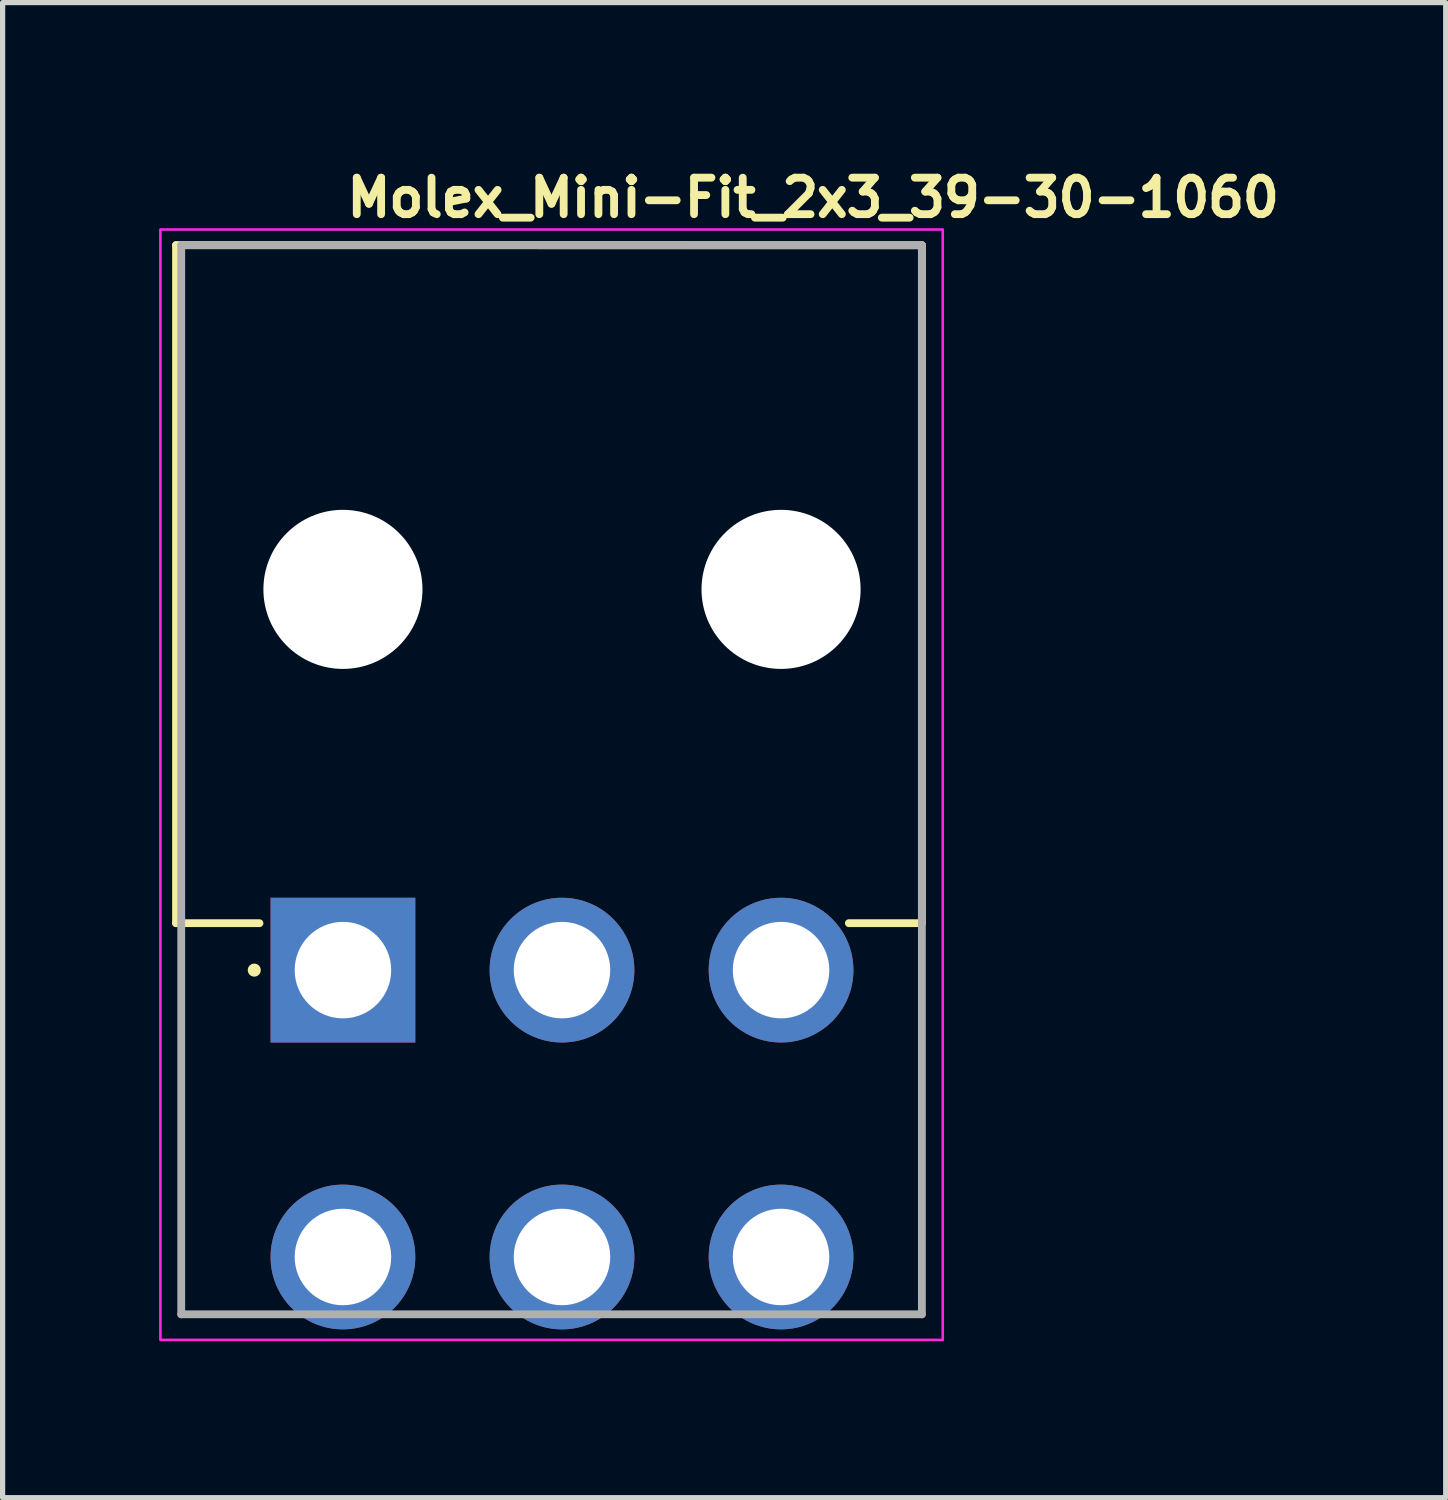
<source format=kicad_pcb>
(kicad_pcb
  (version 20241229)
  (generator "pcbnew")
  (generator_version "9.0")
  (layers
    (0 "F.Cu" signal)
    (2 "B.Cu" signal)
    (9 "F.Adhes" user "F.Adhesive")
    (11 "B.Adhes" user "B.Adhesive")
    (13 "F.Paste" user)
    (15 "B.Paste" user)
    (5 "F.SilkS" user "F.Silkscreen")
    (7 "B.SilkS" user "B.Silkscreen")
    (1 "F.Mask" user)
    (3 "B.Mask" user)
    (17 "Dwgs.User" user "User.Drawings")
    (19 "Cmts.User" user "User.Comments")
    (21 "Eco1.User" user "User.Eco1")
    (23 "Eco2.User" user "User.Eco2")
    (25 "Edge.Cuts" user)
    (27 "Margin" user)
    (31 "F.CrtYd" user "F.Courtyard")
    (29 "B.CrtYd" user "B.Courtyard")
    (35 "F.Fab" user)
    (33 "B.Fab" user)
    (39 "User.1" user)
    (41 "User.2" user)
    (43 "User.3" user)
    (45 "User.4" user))
  (footprint "Molex_Mini-Fit_2x3_39-30-1060"
    (layer "F.Cu")
    (at 3.525 15.55)
    (property "Reference" "Molex_Mini-Fit_2x3_39-30-1060" (at 0 -14.4 0) (layer "F.SilkS") (effects (font (size 0.7 0.7) (thickness 0.15)) (justify left bottom)))
    (attr through_hole)
    (fp_line (start -3.2 -13.9) (end -3.2 -0.9) (stroke (width 0.15) (type solid)) (layer "F.SilkS"))
    (fp_line (start -3.2 -0.9) (end -1.6 -0.9) (stroke (width 0.15) (type solid)) (layer "F.SilkS"))
    (fp_line (start 11.1 -13.898) (end -3.2 -13.9) (stroke (width 0.15) (type solid)) (layer "F.SilkS"))
    (fp_line (start 11.1 -0.9) (end 9.7 -0.9) (stroke (width 0.15) (type solid)) (layer "F.SilkS"))
    (fp_line (start 11.1 -0.9) (end 11.1 -13.898) (stroke (width 0.15) (type solid)) (layer "F.SilkS"))
    (fp_circle (center -1.7 0) (end -1.75 0) (stroke (width 0.15) (type solid)) (fill yes) (layer "F.SilkS"))
    (fp_rect (start 11.5 7.09) (end -3.5 -14.2) (stroke (width 0.05) (type solid)) (fill no) (layer "F.CrtYd"))
    (fp_line (start -3.1 -13.898) (end 11.1 -13.898) (stroke (width 0.15) (type solid)) (layer "F.Fab"))
    (fp_line (start -3.1 6.599) (end -3.1 -13.898) (stroke (width 0.15) (type solid)) (layer "F.Fab"))
    (fp_line (start 11.1 -13.898) (end 11.1 6.599) (stroke (width 0.15) (type solid)) (layer "F.Fab"))
    (fp_line (start 11.1 6.599) (end -3.1 6.599) (stroke (width 0.15) (type solid)) (layer "F.Fab"))
    (fp_rect (start 11.1 6.395) (end -3.1 -13.87) (stroke (width 0.1) (type solid)) (fill no) (layer "User.5"))
    (fp_line (start -3.1 -13.87) (end -3.1 -1.07) (stroke (width 0.02) (type solid)) (layer "User.9"))
    (fp_line (start -2.982 -13.87) (end -3.1 -13.87) (stroke (width 0.02) (type solid)) (layer "User.9"))
    (fp_line (start -2.982 -13.87) (end -2.982 -13.87) (stroke (width 0.02) (type solid)) (layer "User.9"))
    (fp_line (start -2.982 -1.07) (end -3.1 -1.07) (stroke (width 0.02) (type solid)) (layer "User.9"))
    (fp_line (start -2.982 -1.07) (end -2.982 -1.07) (stroke (width 0.02) (type solid)) (layer "User.9"))
    (fp_line (start -2.7 -13.87) (end -2.982 -13.87) (stroke (width 0.02) (type solid)) (layer "User.9"))
    (fp_line (start -2.7 -13.87) (end -2.612 -13.87) (stroke (width 0.02) (type solid)) (layer "User.9"))
    (fp_line (start -2.7 -1.07) (end -2.982 -1.07) (stroke (width 0.02) (type solid)) (layer "User.9"))
    (fp_line (start -2.7 -1.07) (end -2.7 -13.87) (stroke (width 0.02) (type solid)) (layer "User.9"))
    (fp_line (start -2.612 -13.87) (end -2.612 -13.87) (stroke (width 0.02) (type solid)) (layer "User.9"))
    (fp_line (start -2.612 -13.87) (end -2.399 -13.87) (stroke (width 0.02) (type solid)) (layer "User.9"))
    (fp_line (start -2.612 -1.07) (end -2.7 -1.07) (stroke (width 0.02) (type solid)) (layer "User.9"))
    (fp_line (start -2.612 -1.07) (end -2.612 -1.07) (stroke (width 0.02) (type solid)) (layer "User.9"))
    (fp_line (start -2.399 -1.07) (end -2.612 -1.07) (stroke (width 0.02) (type solid)) (layer "User.9"))
    (fp_line (start -0.899 -0.004) (end -0.898 0.052) (stroke (width 0.02) (type solid)) (layer "User.9"))
    (fp_line (start -0.899 5.495) (end -0.898 5.554) (stroke (width 0.02) (type solid)) (layer "User.9"))
    (fp_line (start -0.898 -0.058) (end -0.899 -0.004) (stroke (width 0.02) (type solid)) (layer "User.9"))
    (fp_line (start -0.898 0.052) (end -0.893 0.107) (stroke (width 0.02) (type solid)) (layer "User.9"))
    (fp_line (start -0.898 5.438) (end -0.899 5.495) (stroke (width 0.02) (type solid)) (layer "User.9"))
    (fp_line (start -0.898 5.554) (end -0.892 5.614) (stroke (width 0.02) (type solid)) (layer "User.9"))
    (fp_line (start -0.893 -0.111) (end -0.898 -0.058) (stroke (width 0.02) (type solid)) (layer "User.9"))
    (fp_line (start -0.893 0.107) (end -0.884 0.162) (stroke (width 0.02) (type solid)) (layer "User.9"))
    (fp_line (start -0.893 5.383) (end -0.898 5.438) (stroke (width 0.02) (type solid)) (layer "User.9"))
    (fp_line (start -0.892 5.614) (end -0.882 5.672) (stroke (width 0.02) (type solid)) (layer "User.9"))
    (fp_line (start -0.885 -0.163) (end -0.893 -0.111) (stroke (width 0.02) (type solid)) (layer "User.9"))
    (fp_line (start -0.884 0.162) (end -0.872 0.216) (stroke (width 0.02) (type solid)) (layer "User.9"))
    (fp_line (start -0.884 5.328) (end -0.893 5.383) (stroke (width 0.02) (type solid)) (layer "User.9"))
    (fp_line (start -0.882 5.672) (end -0.868 5.729) (stroke (width 0.02) (type solid)) (layer "User.9"))
    (fp_line (start -0.875 -0.214) (end -0.885 -0.163) (stroke (width 0.02) (type solid)) (layer "User.9"))
    (fp_line (start -0.872 0.216) (end -0.857 0.269) (stroke (width 0.02) (type solid)) (layer "User.9"))
    (fp_line (start -0.872 5.274) (end -0.884 5.328) (stroke (width 0.02) (type solid)) (layer "User.9"))
    (fp_line (start -0.868 5.729) (end -0.851 5.785) (stroke (width 0.02) (type solid)) (layer "User.9"))
    (fp_line (start -0.861 -0.265) (end -0.875 -0.214) (stroke (width 0.02) (type solid)) (layer "User.9"))
    (fp_line (start -0.857 0.269) (end -0.839 0.32) (stroke (width 0.02) (type solid)) (layer "User.9"))
    (fp_line (start -0.857 5.221) (end -0.872 5.274) (stroke (width 0.02) (type solid)) (layer "User.9"))
    (fp_line (start -0.851 5.785) (end -0.831 5.84) (stroke (width 0.02) (type solid)) (layer "User.9"))
    (fp_line (start -0.845 -0.314) (end -0.861 -0.265) (stroke (width 0.02) (type solid)) (layer "User.9"))
    (fp_line (start -0.839 0.32) (end -0.818 0.371) (stroke (width 0.02) (type solid)) (layer "User.9"))
    (fp_line (start -0.839 5.17) (end -0.857 5.221) (stroke (width 0.02) (type solid)) (layer "User.9"))
    (fp_line (start -0.831 5.84) (end -0.806 5.893) (stroke (width 0.02) (type solid)) (layer "User.9"))
    (fp_line (start -0.825 -0.363) (end -0.845 -0.314) (stroke (width 0.02) (type solid)) (layer "User.9"))
    (fp_line (start -0.818 0.371) (end -0.793 0.42) (stroke (width 0.02) (type solid)) (layer "User.9"))
    (fp_line (start -0.818 5.119) (end -0.839 5.17) (stroke (width 0.02) (type solid)) (layer "User.9"))
    (fp_line (start -0.806 5.893) (end -0.779 5.945) (stroke (width 0.02) (type solid)) (layer "User.9"))
    (fp_line (start -0.803 -0.41) (end -0.825 -0.363) (stroke (width 0.02) (type solid)) (layer "User.9"))
    (fp_line (start -0.793 0.42) (end -0.766 0.467) (stroke (width 0.02) (type solid)) (layer "User.9"))
    (fp_line (start -0.793 5.07) (end -0.818 5.119) (stroke (width 0.02) (type solid)) (layer "User.9"))
    (fp_line (start -0.779 5.945) (end -0.748 5.994) (stroke (width 0.02) (type solid)) (layer "User.9"))
    (fp_line (start -0.778 -0.456) (end -0.803 -0.41) (stroke (width 0.02) (type solid)) (layer "User.9"))
    (fp_line (start -0.766 0.467) (end -0.736 0.513) (stroke (width 0.02) (type solid)) (layer "User.9"))
    (fp_line (start -0.766 5.023) (end -0.793 5.07) (stroke (width 0.02) (type solid)) (layer "User.9"))
    (fp_line (start -0.751 -0.5) (end -0.778 -0.456) (stroke (width 0.02) (type solid)) (layer "User.9"))
    (fp_line (start -0.748 5.994) (end -0.714 6.041) (stroke (width 0.02) (type solid)) (layer "User.9"))
    (fp_line (start -0.736 0.513) (end -0.703 0.557) (stroke (width 0.02) (type solid)) (layer "User.9"))
    (fp_line (start -0.736 4.977) (end -0.766 5.023) (stroke (width 0.02) (type solid)) (layer "User.9"))
    (fp_line (start -0.721 -0.543) (end -0.751 -0.5) (stroke (width 0.02) (type solid)) (layer "User.9"))
    (fp_line (start -0.714 6.041) (end -0.677 6.087) (stroke (width 0.02) (type solid)) (layer "User.9"))
    (fp_line (start -0.703 0.557) (end -0.667 0.599) (stroke (width 0.02) (type solid)) (layer "User.9"))
    (fp_line (start -0.703 4.933) (end -0.736 4.977) (stroke (width 0.02) (type solid)) (layer "User.9"))
    (fp_line (start -0.688 -0.584) (end -0.721 -0.543) (stroke (width 0.02) (type solid)) (layer "User.9"))
    (fp_line (start -0.677 6.087) (end -0.637 6.13) (stroke (width 0.02) (type solid)) (layer "User.9"))
    (fp_line (start -0.667 0.599) (end -0.629 0.639) (stroke (width 0.02) (type solid)) (layer "User.9"))
    (fp_line (start -0.667 4.891) (end -0.703 4.933) (stroke (width 0.02) (type solid)) (layer "User.9"))
    (fp_line (start -0.653 -0.623) (end -0.688 -0.584) (stroke (width 0.02) (type solid)) (layer "User.9"))
    (fp_line (start -0.637 6.13) (end -0.594 6.17) (stroke (width 0.02) (type solid)) (layer "User.9"))
    (fp_line (start -0.629 0.639) (end -0.588 0.676) (stroke (width 0.02) (type solid)) (layer "User.9"))
    (fp_line (start -0.629 4.851) (end -0.667 4.891) (stroke (width 0.02) (type solid)) (layer "User.9"))
    (fp_line (start -0.616 -0.66) (end -0.653 -0.623) (stroke (width 0.02) (type solid)) (layer "User.9"))
    (fp_line (start -0.594 6.17) (end -0.549 6.207) (stroke (width 0.02) (type solid)) (layer "User.9"))
    (fp_line (start -0.588 0.676) (end -0.545 0.711) (stroke (width 0.02) (type solid)) (layer "User.9"))
    (fp_line (start -0.588 4.814) (end -0.629 4.851) (stroke (width 0.02) (type solid)) (layer "User.9"))
    (fp_line (start -0.576 -0.695) (end -0.616 -0.66) (stroke (width 0.02) (type solid)) (layer "User.9"))
    (fp_line (start -0.549 6.207) (end -0.5 6.242) (stroke (width 0.02) (type solid)) (layer "User.9"))
    (fp_line (start -0.545 0.711) (end -0.5 0.744) (stroke (width 0.02) (type solid)) (layer "User.9"))
    (fp_line (start -0.545 4.779) (end -0.588 4.814) (stroke (width 0.02) (type solid)) (layer "User.9"))
    (fp_line (start -0.535 -1.07) (end -0.535 -0.805) (stroke (width 0.02) (type solid)) (layer "User.9"))
    (fp_line (start -0.535 -0.805) (end -0.535 -0.352) (stroke (width 0.02) (type solid)) (layer "User.9"))
    (fp_line (start -0.535 -0.728) (end -0.576 -0.695) (stroke (width 0.02) (type solid)) (layer "User.9"))
    (fp_line (start -0.535 -0.352) (end -0.535 -0.352) (stroke (width 0.02) (type solid)) (layer "User.9"))
    (fp_line (start -0.535 -0.352) (end -0.535 -0.076) (stroke (width 0.02) (type solid)) (layer "User.9"))
    (fp_line (start -0.535 -0.076) (end -0.535 -0.076) (stroke (width 0.02) (type solid)) (layer "User.9"))
    (fp_line (start -0.535 -0.076) (end -0.535 0.05) (stroke (width 0.02) (type solid)) (layer "User.9"))
    (fp_line (start -0.535 0.05) (end -0.535 0.05) (stroke (width 0.02) (type solid)) (layer "User.9"))
    (fp_line (start -0.535 0.05) (end -0.535 0.164) (stroke (width 0.02) (type solid)) (layer "User.9"))
    (fp_line (start -0.535 0.164) (end -0.535 0.164) (stroke (width 0.02) (type solid)) (layer "User.9"))
    (fp_line (start -0.535 0.164) (end -0.535 0.267) (stroke (width 0.02) (type solid)) (layer "User.9"))
    (fp_line (start -0.535 0.267) (end -0.535 0.267) (stroke (width 0.02) (type solid)) (layer "User.9"))
    (fp_line (start -0.535 0.267) (end -0.535 0.356) (stroke (width 0.02) (type solid)) (layer "User.9"))
    (fp_line (start -0.535 0.356) (end -0.535 0.356) (stroke (width 0.02) (type solid)) (layer "User.9"))
    (fp_line (start -0.535 0.356) (end -0.535 0.43) (stroke (width 0.02) (type solid)) (layer "User.9"))
    (fp_line (start -0.535 0.43) (end -0.535 0.43) (stroke (width 0.02) (type solid)) (layer "User.9"))
    (fp_line (start -0.535 0.43) (end -0.535 0.489) (stroke (width 0.02) (type solid)) (layer "User.9"))
    (fp_line (start -0.535 0.489) (end -0.535 0.489) (stroke (width 0.02) (type solid)) (layer "User.9"))
    (fp_line (start -0.535 0.489) (end -0.535 0.531) (stroke (width 0.02) (type solid)) (layer "User.9"))
    (fp_line (start -0.535 0.531) (end -0.535 0.531) (stroke (width 0.02) (type solid)) (layer "User.9"))
    (fp_line (start -0.535 0.531) (end -0.535 0.557) (stroke (width 0.02) (type solid)) (layer "User.9"))
    (fp_line (start -0.535 0.557) (end -0.535 0.557) (stroke (width 0.02) (type solid)) (layer "User.9"))
    (fp_line (start -0.535 0.557) (end -0.535 0.565) (stroke (width 0.02) (type solid)) (layer "User.9"))
    (fp_line (start -0.535 0.565) (end -0.5 0.565) (stroke (width 0.02) (type solid)) (layer "User.9"))
    (fp_line (start -0.5 -1.07) (end -0.5 4.495) (stroke (width 0.02) (type solid)) (layer "User.9"))
    (fp_line (start -0.5 4.495) (end -0.5 5.013) (stroke (width 0.02) (type solid)) (layer "User.9"))
    (fp_line (start -0.5 4.746) (end -0.545 4.779) (stroke (width 0.02) (type solid)) (layer "User.9"))
    (fp_line (start -0.5 5.013) (end -0.5 5.013) (stroke (width 0.02) (type solid)) (layer "User.9"))
    (fp_line (start -0.5 5.013) (end -0.5 5.176) (stroke (width 0.02) (type solid)) (layer "User.9"))
    (fp_line (start -0.5 5.176) (end -0.5 5.176) (stroke (width 0.02) (type solid)) (layer "User.9"))
    (fp_line (start -0.5 5.176) (end -0.5 5.33) (stroke (width 0.02) (type solid)) (layer "User.9"))
    (fp_line (start -0.5 5.33) (end -0.5 5.33) (stroke (width 0.02) (type solid)) (layer "User.9"))
    (fp_line (start -0.5 5.33) (end -0.5 5.473) (stroke (width 0.02) (type solid)) (layer "User.9"))
    (fp_line (start -0.5 5.473) (end -0.5 5.473) (stroke (width 0.02) (type solid)) (layer "User.9"))
    (fp_line (start -0.5 5.473) (end -0.5 5.605) (stroke (width 0.02) (type solid)) (layer "User.9"))
    (fp_line (start -0.5 5.605) (end -0.5 5.605) (stroke (width 0.02) (type solid)) (layer "User.9"))
    (fp_line (start -0.5 5.605) (end -0.5 5.722) (stroke (width 0.02) (type solid)) (layer "User.9"))
    (fp_line (start -0.5 5.722) (end -0.5 5.722) (stroke (width 0.02) (type solid)) (layer "User.9"))
    (fp_line (start -0.5 5.722) (end -0.5 5.824) (stroke (width 0.02) (type solid)) (layer "User.9"))
    (fp_line (start -0.5 5.824) (end -0.5 5.824) (stroke (width 0.02) (type solid)) (layer "User.9"))
    (fp_line (start -0.5 5.824) (end -0.5 5.909) (stroke (width 0.02) (type solid)) (layer "User.9"))
    (fp_line (start -0.5 5.909) (end -0.5 5.909) (stroke (width 0.02) (type solid)) (layer "User.9"))
    (fp_line (start -0.5 5.909) (end -0.5 5.976) (stroke (width 0.02) (type solid)) (layer "User.9"))
    (fp_line (start -0.5 5.976) (end -0.5 5.976) (stroke (width 0.02) (type solid)) (layer "User.9"))
    (fp_line (start -0.5 5.976) (end -0.5 6.025) (stroke (width 0.02) (type solid)) (layer "User.9"))
    (fp_line (start -0.5 6.025) (end -0.5 6.025) (stroke (width 0.02) (type solid)) (layer "User.9"))
    (fp_line (start -0.5 6.025) (end -0.5 6.055) (stroke (width 0.02) (type solid)) (layer "User.9"))
    (fp_line (start -0.5 6.055) (end -0.5 6.055) (stroke (width 0.02) (type solid)) (layer "User.9"))
    (fp_line (start -0.5 6.055) (end -0.5 6.065) (stroke (width 0.02) (type solid)) (layer "User.9"))
    (fp_line (start -0.5 6.065) (end 0.5 6.065) (stroke (width 0.02) (type solid)) (layer "User.9"))
    (fp_line (start -0.5 6.242) (end -0.45 6.274) (stroke (width 0.02) (type solid)) (layer "User.9"))
    (fp_line (start -0.45 6.274) (end -0.45 6.274) (stroke (width 0.02) (type solid)) (layer "User.9"))
    (fp_line (start -0.45 6.274) (end -0.397 6.302) (stroke (width 0.02) (type solid)) (layer "User.9"))
    (fp_line (start -0.397 6.302) (end -0.342 6.327) (stroke (width 0.02) (type solid)) (layer "User.9"))
    (fp_line (start -0.342 6.327) (end -0.287 6.347) (stroke (width 0.02) (type solid)) (layer "User.9"))
    (fp_line (start -0.287 6.347) (end -0.231 6.364) (stroke (width 0.02) (type solid)) (layer "User.9"))
    (fp_line (start -0.231 6.364) (end -0.173 6.378) (stroke (width 0.02) (type solid)) (layer "User.9"))
    (fp_line (start -0.173 6.378) (end -0.116 6.387) (stroke (width 0.02) (type solid)) (layer "User.9"))
    (fp_line (start -0.116 6.387) (end -0.058 6.393) (stroke (width 0.02) (type solid)) (layer "User.9"))
    (fp_line (start -0.058 6.393) (end 0 6.395) (stroke (width 0.02) (type solid)) (layer "User.9"))
    (fp_line (start 0 6.395) (end 0.059 6.393) (stroke (width 0.02) (type solid)) (layer "User.9"))
    (fp_line (start 0.059 6.393) (end 0.117 6.387) (stroke (width 0.02) (type solid)) (layer "User.9"))
    (fp_line (start 0.117 6.387) (end 0.175 6.378) (stroke (width 0.02) (type solid)) (layer "User.9"))
    (fp_line (start 0.175 6.378) (end 0.232 6.364) (stroke (width 0.02) (type solid)) (layer "User.9"))
    (fp_line (start 0.232 6.364) (end 0.288 6.347) (stroke (width 0.02) (type solid)) (layer "User.9"))
    (fp_line (start 0.288 6.347) (end 0.343 6.327) (stroke (width 0.02) (type solid)) (layer "User.9"))
    (fp_line (start 0.343 6.327) (end 0.398 6.302) (stroke (width 0.02) (type solid)) (layer "User.9"))
    (fp_line (start 0.398 6.302) (end 0.45 6.274) (stroke (width 0.02) (type solid)) (layer "User.9"))
    (fp_line (start 0.45 6.274) (end 0.45 6.274) (stroke (width 0.02) (type solid)) (layer "User.9"))
    (fp_line (start 0.45 6.274) (end 0.476 6.258) (stroke (width 0.02) (type solid)) (layer "User.9"))
    (fp_line (start 0.476 6.258) (end 0.501 6.242) (stroke (width 0.02) (type solid)) (layer "User.9"))
    (fp_line (start 0.5 -1.07) (end 0.5 4.495) (stroke (width 0.02) (type solid)) (layer "User.9"))
    (fp_line (start 0.5 0.565) (end 0.535 0.565) (stroke (width 0.02) (type solid)) (layer "User.9"))
    (fp_line (start 0.5 0.744) (end 0.546 0.711) (stroke (width 0.02) (type solid)) (layer "User.9"))
    (fp_line (start 0.5 4.495) (end 0.5 5.013) (stroke (width 0.02) (type solid)) (layer "User.9"))
    (fp_line (start 0.5 5.013) (end 0.5 5.013) (stroke (width 0.02) (type solid)) (layer "User.9"))
    (fp_line (start 0.5 5.013) (end 0.5 5.176) (stroke (width 0.02) (type solid)) (layer "User.9"))
    (fp_line (start 0.5 5.176) (end 0.5 5.176) (stroke (width 0.02) (type solid)) (layer "User.9"))
    (fp_line (start 0.5 5.176) (end 0.5 5.33) (stroke (width 0.02) (type solid)) (layer "User.9"))
    (fp_line (start 0.5 5.33) (end 0.5 5.33) (stroke (width 0.02) (type solid)) (layer "User.9"))
    (fp_line (start 0.5 5.33) (end 0.5 5.473) (stroke (width 0.02) (type solid)) (layer "User.9"))
    (fp_line (start 0.5 5.473) (end 0.5 5.473) (stroke (width 0.02) (type solid)) (layer "User.9"))
    (fp_line (start 0.5 5.473) (end 0.5 5.605) (stroke (width 0.02) (type solid)) (layer "User.9"))
    (fp_line (start 0.5 5.605) (end 0.5 5.605) (stroke (width 0.02) (type solid)) (layer "User.9"))
    (fp_line (start 0.5 5.605) (end 0.5 5.722) (stroke (width 0.02) (type solid)) (layer "User.9"))
    (fp_line (start 0.5 5.722) (end 0.5 5.722) (stroke (width 0.02) (type solid)) (layer "User.9"))
    (fp_line (start 0.5 5.722) (end 0.5 5.824) (stroke (width 0.02) (type solid)) (layer "User.9"))
    (fp_line (start 0.5 5.824) (end 0.5 5.824) (stroke (width 0.02) (type solid)) (layer "User.9"))
    (fp_line (start 0.5 5.824) (end 0.5 5.909) (stroke (width 0.02) (type solid)) (layer "User.9"))
    (fp_line (start 0.5 5.909) (end 0.5 5.909) (stroke (width 0.02) (type solid)) (layer "User.9"))
    (fp_line (start 0.5 5.909) (end 0.5 5.976) (stroke (width 0.02) (type solid)) (layer "User.9"))
    (fp_line (start 0.5 5.976) (end 0.5 5.976) (stroke (width 0.02) (type solid)) (layer "User.9"))
    (fp_line (start 0.5 5.976) (end 0.5 6.025) (stroke (width 0.02) (type solid)) (layer "User.9"))
    (fp_line (start 0.5 6.025) (end 0.5 6.025) (stroke (width 0.02) (type solid)) (layer "User.9"))
    (fp_line (start 0.5 6.025) (end 0.5 6.055) (stroke (width 0.02) (type solid)) (layer "User.9"))
    (fp_line (start 0.5 6.055) (end 0.5 6.055) (stroke (width 0.02) (type solid)) (layer "User.9"))
    (fp_line (start 0.5 6.055) (end 0.5 6.065) (stroke (width 0.02) (type solid)) (layer "User.9"))
    (fp_line (start 0.501 6.242) (end 0.526 6.225) (stroke (width 0.02) (type solid)) (layer "User.9"))
    (fp_line (start 0.526 6.225) (end 0.55 6.207) (stroke (width 0.02) (type solid)) (layer "User.9"))
    (fp_line (start 0.535 -1.07) (end 0.535 -0.805) (stroke (width 0.02) (type solid)) (layer "User.9"))
    (fp_line (start 0.535 -0.805) (end 0.535 -0.352) (stroke (width 0.02) (type solid)) (layer "User.9"))
    (fp_line (start 0.535 -0.352) (end 0.535 -0.352) (stroke (width 0.02) (type solid)) (layer "User.9"))
    (fp_line (start 0.535 -0.352) (end 0.535 -0.076) (stroke (width 0.02) (type solid)) (layer "User.9"))
    (fp_line (start 0.535 -0.076) (end 0.535 -0.076) (stroke (width 0.02) (type solid)) (layer "User.9"))
    (fp_line (start 0.535 -0.076) (end 0.535 0.05) (stroke (width 0.02) (type solid)) (layer "User.9"))
    (fp_line (start 0.535 0.05) (end 0.535 0.05) (stroke (width 0.02) (type solid)) (layer "User.9"))
    (fp_line (start 0.535 0.05) (end 0.535 0.164) (stroke (width 0.02) (type solid)) (layer "User.9"))
    (fp_line (start 0.535 0.164) (end 0.535 0.164) (stroke (width 0.02) (type solid)) (layer "User.9"))
    (fp_line (start 0.535 0.164) (end 0.535 0.267) (stroke (width 0.02) (type solid)) (layer "User.9"))
    (fp_line (start 0.535 0.267) (end 0.535 0.267) (stroke (width 0.02) (type solid)) (layer "User.9"))
    (fp_line (start 0.535 0.267) (end 0.535 0.356) (stroke (width 0.02) (type solid)) (layer "User.9"))
    (fp_line (start 0.535 0.356) (end 0.535 0.356) (stroke (width 0.02) (type solid)) (layer "User.9"))
    (fp_line (start 0.535 0.356) (end 0.535 0.43) (stroke (width 0.02) (type solid)) (layer "User.9"))
    (fp_line (start 0.535 0.43) (end 0.535 0.43) (stroke (width 0.02) (type solid)) (layer "User.9"))
    (fp_line (start 0.535 0.43) (end 0.535 0.489) (stroke (width 0.02) (type solid)) (layer "User.9"))
    (fp_line (start 0.535 0.489) (end 0.535 0.489) (stroke (width 0.02) (type solid)) (layer "User.9"))
    (fp_line (start 0.535 0.489) (end 0.535 0.531) (stroke (width 0.02) (type solid)) (layer "User.9"))
    (fp_line (start 0.535 0.531) (end 0.535 0.531) (stroke (width 0.02) (type solid)) (layer "User.9"))
    (fp_line (start 0.535 0.531) (end 0.535 0.557) (stroke (width 0.02) (type solid)) (layer "User.9"))
    (fp_line (start 0.535 0.557) (end 0.535 0.557) (stroke (width 0.02) (type solid)) (layer "User.9"))
    (fp_line (start 0.535 0.557) (end 0.535 0.565) (stroke (width 0.02) (type solid)) (layer "User.9"))
    (fp_line (start 0.546 0.711) (end 0.589 0.676) (stroke (width 0.02) (type solid)) (layer "User.9"))
    (fp_line (start 0.546 4.779) (end 0.501 4.746) (stroke (width 0.02) (type solid)) (layer "User.9"))
    (fp_line (start 0.55 6.207) (end 0.573 6.189) (stroke (width 0.02) (type solid)) (layer "User.9"))
    (fp_line (start 0.573 6.189) (end 0.595 6.17) (stroke (width 0.02) (type solid)) (layer "User.9"))
    (fp_line (start 0.577 -0.695) (end 0.536 -0.728) (stroke (width 0.02) (type solid)) (layer "User.9"))
    (fp_line (start 0.589 0.676) (end 0.63 0.639) (stroke (width 0.02) (type solid)) (layer "User.9"))
    (fp_line (start 0.589 4.814) (end 0.546 4.779) (stroke (width 0.02) (type solid)) (layer "User.9"))
    (fp_line (start 0.595 6.17) (end 0.617 6.15) (stroke (width 0.02) (type solid)) (layer "User.9"))
    (fp_line (start 0.617 -0.66) (end 0.577 -0.695) (stroke (width 0.02) (type solid)) (layer "User.9"))
    (fp_line (start 0.617 6.15) (end 0.638 6.13) (stroke (width 0.02) (type solid)) (layer "User.9"))
    (fp_line (start 0.63 0.639) (end 0.668 0.599) (stroke (width 0.02) (type solid)) (layer "User.9"))
    (fp_line (start 0.63 4.851) (end 0.589 4.814) (stroke (width 0.02) (type solid)) (layer "User.9"))
    (fp_line (start 0.638 6.13) (end 0.659 6.108) (stroke (width 0.02) (type solid)) (layer "User.9"))
    (fp_line (start 0.654 -0.623) (end 0.617 -0.66) (stroke (width 0.02) (type solid)) (layer "User.9"))
    (fp_line (start 0.659 6.108) (end 0.678 6.087) (stroke (width 0.02) (type solid)) (layer "User.9"))
    (fp_line (start 0.668 0.599) (end 0.704 0.557) (stroke (width 0.02) (type solid)) (layer "User.9"))
    (fp_line (start 0.668 4.891) (end 0.63 4.851) (stroke (width 0.02) (type solid)) (layer "User.9"))
    (fp_line (start 0.678 6.087) (end 0.697 6.064) (stroke (width 0.02) (type solid)) (layer "User.9"))
    (fp_line (start 0.689 -0.584) (end 0.654 -0.623) (stroke (width 0.02) (type solid)) (layer "User.9"))
    (fp_line (start 0.697 6.064) (end 0.715 6.041) (stroke (width 0.02) (type solid)) (layer "User.9"))
    (fp_line (start 0.704 0.557) (end 0.737 0.513) (stroke (width 0.02) (type solid)) (layer "User.9"))
    (fp_line (start 0.704 4.933) (end 0.668 4.891) (stroke (width 0.02) (type solid)) (layer "User.9"))
    (fp_line (start 0.715 6.041) (end 0.733 6.018) (stroke (width 0.02) (type solid)) (layer "User.9"))
    (fp_line (start 0.722 -0.543) (end 0.689 -0.584) (stroke (width 0.02) (type solid)) (layer "User.9"))
    (fp_line (start 0.733 6.018) (end 0.749 5.994) (stroke (width 0.02) (type solid)) (layer "User.9"))
    (fp_line (start 0.737 0.513) (end 0.767 0.467) (stroke (width 0.02) (type solid)) (layer "User.9"))
    (fp_line (start 0.737 4.977) (end 0.704 4.933) (stroke (width 0.02) (type solid)) (layer "User.9"))
    (fp_line (start 0.749 5.994) (end 0.765 5.969) (stroke (width 0.02) (type solid)) (layer "User.9"))
    (fp_line (start 0.752 -0.5) (end 0.722 -0.543) (stroke (width 0.02) (type solid)) (layer "User.9"))
    (fp_line (start 0.765 5.969) (end 0.78 5.945) (stroke (width 0.02) (type solid)) (layer "User.9"))
    (fp_line (start 0.767 0.467) (end 0.794 0.42) (stroke (width 0.02) (type solid)) (layer "User.9"))
    (fp_line (start 0.767 5.023) (end 0.737 4.977) (stroke (width 0.02) (type solid)) (layer "User.9"))
    (fp_line (start 0.779 -0.456) (end 0.752 -0.5) (stroke (width 0.02) (type solid)) (layer "User.9"))
    (fp_line (start 0.78 5.945) (end 0.794 5.919) (stroke (width 0.02) (type solid)) (layer "User.9"))
    (fp_line (start 0.794 0.42) (end 0.819 0.371) (stroke (width 0.02) (type solid)) (layer "User.9"))
    (fp_line (start 0.794 5.07) (end 0.767 5.023) (stroke (width 0.02) (type solid)) (layer "User.9"))
    (fp_line (start 0.794 5.919) (end 0.807 5.893) (stroke (width 0.02) (type solid)) (layer "User.9"))
    (fp_line (start 0.804 -0.41) (end 0.779 -0.456) (stroke (width 0.02) (type solid)) (layer "User.9"))
    (fp_line (start 0.807 5.893) (end 0.82 5.867) (stroke (width 0.02) (type solid)) (layer "User.9"))
    (fp_line (start 0.819 0.371) (end 0.84 0.32) (stroke (width 0.02) (type solid)) (layer "User.9"))
    (fp_line (start 0.819 5.119) (end 0.794 5.07) (stroke (width 0.02) (type solid)) (layer "User.9"))
    (fp_line (start 0.82 5.867) (end 0.832 5.84) (stroke (width 0.02) (type solid)) (layer "User.9"))
    (fp_line (start 0.826 -0.363) (end 0.804 -0.41) (stroke (width 0.02) (type solid)) (layer "User.9"))
    (fp_line (start 0.832 5.84) (end 0.842 5.813) (stroke (width 0.02) (type solid)) (layer "User.9"))
    (fp_line (start 0.84 0.32) (end 0.858 0.269) (stroke (width 0.02) (type solid)) (layer "User.9"))
    (fp_line (start 0.84 5.17) (end 0.819 5.119) (stroke (width 0.02) (type solid)) (layer "User.9"))
    (fp_line (start 0.842 5.813) (end 0.852 5.785) (stroke (width 0.02) (type solid)) (layer "User.9"))
    (fp_line (start 0.846 -0.314) (end 0.826 -0.363) (stroke (width 0.02) (type solid)) (layer "User.9"))
    (fp_line (start 0.852 5.785) (end 0.861 5.758) (stroke (width 0.02) (type solid)) (layer "User.9"))
    (fp_line (start 0.858 0.269) (end 0.873 0.216) (stroke (width 0.02) (type solid)) (layer "User.9"))
    (fp_line (start 0.858 5.221) (end 0.84 5.17) (stroke (width 0.02) (type solid)) (layer "User.9"))
    (fp_line (start 0.861 5.758) (end 0.869 5.729) (stroke (width 0.02) (type solid)) (layer "User.9"))
    (fp_line (start 0.862 -0.265) (end 0.846 -0.314) (stroke (width 0.02) (type solid)) (layer "User.9"))
    (fp_line (start 0.869 5.729) (end 0.877 5.701) (stroke (width 0.02) (type solid)) (layer "User.9"))
    (fp_line (start 0.873 0.216) (end 0.885 0.162) (stroke (width 0.02) (type solid)) (layer "User.9"))
    (fp_line (start 0.873 5.274) (end 0.858 5.221) (stroke (width 0.02) (type solid)) (layer "User.9"))
    (fp_line (start 0.876 -0.214) (end 0.862 -0.265) (stroke (width 0.02) (type solid)) (layer "User.9"))
    (fp_line (start 0.877 5.701) (end 0.883 5.672) (stroke (width 0.02) (type solid)) (layer "User.9"))
    (fp_line (start 0.883 5.672) (end 0.888 5.643) (stroke (width 0.02) (type solid)) (layer "User.9"))
    (fp_line (start 0.885 0.162) (end 0.894 0.107) (stroke (width 0.02) (type solid)) (layer "User.9"))
    (fp_line (start 0.885 5.328) (end 0.873 5.274) (stroke (width 0.02) (type solid)) (layer "User.9"))
    (fp_line (start 0.886 -0.163) (end 0.876 -0.214) (stroke (width 0.02) (type solid)) (layer "User.9"))
    (fp_line (start 0.888 5.643) (end 0.893 5.614) (stroke (width 0.02) (type solid)) (layer "User.9"))
    (fp_line (start 0.893 5.614) (end 0.896 5.584) (stroke (width 0.02) (type solid)) (layer "User.9"))
    (fp_line (start 0.894 -0.111) (end 0.886 -0.163) (stroke (width 0.02) (type solid)) (layer "User.9"))
    (fp_line (start 0.894 0.107) (end 0.899 0.052) (stroke (width 0.02) (type solid)) (layer "User.9"))
    (fp_line (start 0.894 5.383) (end 0.885 5.328) (stroke (width 0.02) (type solid)) (layer "User.9"))
    (fp_line (start 0.896 5.584) (end 0.899 5.554) (stroke (width 0.02) (type solid)) (layer "User.9"))
    (fp_line (start 0.899 -0.058) (end 0.894 -0.111) (stroke (width 0.02) (type solid)) (layer "User.9"))
    (fp_line (start 0.899 0.052) (end 0.901 -0.004) (stroke (width 0.02) (type solid)) (layer "User.9"))
    (fp_line (start 0.899 5.438) (end 0.894 5.383) (stroke (width 0.02) (type solid)) (layer "User.9"))
    (fp_line (start 0.899 5.554) (end 0.9 5.525) (stroke (width 0.02) (type solid)) (layer "User.9"))
    (fp_line (start 0.9 5.525) (end 0.901 5.495) (stroke (width 0.02) (type solid)) (layer "User.9"))
    (fp_line (start 0.901 -0.004) (end 0.899 -0.058) (stroke (width 0.02) (type solid)) (layer "User.9"))
    (fp_line (start 0.901 5.495) (end 0.899 5.438) (stroke (width 0.02) (type solid)) (layer "User.9"))
    (fp_line (start 2.5 -13.87) (end -2.399 -13.87) (stroke (width 0.02) (type solid)) (layer "User.9"))
    (fp_line (start 2.5 -11.52) (end 2.5 -13.87) (stroke (width 0.02) (type solid)) (layer "User.9"))
    (fp_line (start 2.5 -10.697) (end 2.5 -11.52) (stroke (width 0.02) (type solid)) (layer "User.9"))
    (fp_line (start 3.3 -0.004) (end 3.302 0.052) (stroke (width 0.02) (type solid)) (layer "User.9"))
    (fp_line (start 3.3 5.495) (end 3.302 5.554) (stroke (width 0.02) (type solid)) (layer "User.9"))
    (fp_line (start 3.302 -0.058) (end 3.3 -0.004) (stroke (width 0.02) (type solid)) (layer "User.9"))
    (fp_line (start 3.302 0.052) (end 3.307 0.107) (stroke (width 0.02) (type solid)) (layer "User.9"))
    (fp_line (start 3.302 5.438) (end 3.3 5.495) (stroke (width 0.02) (type solid)) (layer "User.9"))
    (fp_line (start 3.302 5.554) (end 3.308 5.614) (stroke (width 0.02) (type solid)) (layer "User.9"))
    (fp_line (start 3.307 -0.111) (end 3.302 -0.058) (stroke (width 0.02) (type solid)) (layer "User.9"))
    (fp_line (start 3.307 0.107) (end 3.316 0.162) (stroke (width 0.02) (type solid)) (layer "User.9"))
    (fp_line (start 3.307 5.383) (end 3.302 5.438) (stroke (width 0.02) (type solid)) (layer "User.9"))
    (fp_line (start 3.308 5.614) (end 3.318 5.672) (stroke (width 0.02) (type solid)) (layer "User.9"))
    (fp_line (start 3.315 -0.163) (end 3.307 -0.111) (stroke (width 0.02) (type solid)) (layer "User.9"))
    (fp_line (start 3.316 0.162) (end 3.328 0.216) (stroke (width 0.02) (type solid)) (layer "User.9"))
    (fp_line (start 3.316 5.328) (end 3.307 5.383) (stroke (width 0.02) (type solid)) (layer "User.9"))
    (fp_line (start 3.318 5.672) (end 3.332 5.729) (stroke (width 0.02) (type solid)) (layer "User.9"))
    (fp_line (start 3.325 -0.214) (end 3.315 -0.163) (stroke (width 0.02) (type solid)) (layer "User.9"))
    (fp_line (start 3.328 0.216) (end 3.343 0.269) (stroke (width 0.02) (type solid)) (layer "User.9"))
    (fp_line (start 3.328 5.274) (end 3.316 5.328) (stroke (width 0.02) (type solid)) (layer "User.9"))
    (fp_line (start 3.332 5.729) (end 3.349 5.785) (stroke (width 0.02) (type solid)) (layer "User.9"))
    (fp_line (start 3.339 -0.265) (end 3.325 -0.214) (stroke (width 0.02) (type solid)) (layer "User.9"))
    (fp_line (start 3.343 0.269) (end 3.361 0.32) (stroke (width 0.02) (type solid)) (layer "User.9"))
    (fp_line (start 3.343 5.221) (end 3.328 5.274) (stroke (width 0.02) (type solid)) (layer "User.9"))
    (fp_line (start 3.349 5.785) (end 3.369 5.84) (stroke (width 0.02) (type solid)) (layer "User.9"))
    (fp_line (start 3.355 -0.314) (end 3.339 -0.265) (stroke (width 0.02) (type solid)) (layer "User.9"))
    (fp_line (start 3.361 0.32) (end 3.382 0.371) (stroke (width 0.02) (type solid)) (layer "User.9"))
    (fp_line (start 3.361 5.17) (end 3.343 5.221) (stroke (width 0.02) (type solid)) (layer "User.9"))
    (fp_line (start 3.369 5.84) (end 3.394 5.893) (stroke (width 0.02) (type solid)) (layer "User.9"))
    (fp_line (start 3.375 -0.363) (end 3.355 -0.314) (stroke (width 0.02) (type solid)) (layer "User.9"))
    (fp_line (start 3.382 0.371) (end 3.407 0.42) (stroke (width 0.02) (type solid)) (layer "User.9"))
    (fp_line (start 3.382 5.119) (end 3.361 5.17) (stroke (width 0.02) (type solid)) (layer "User.9"))
    (fp_line (start 3.394 5.893) (end 3.421 5.945) (stroke (width 0.02) (type solid)) (layer "User.9"))
    (fp_line (start 3.397 -0.41) (end 3.375 -0.363) (stroke (width 0.02) (type solid)) (layer "User.9"))
    (fp_line (start 3.407 0.42) (end 3.434 0.467) (stroke (width 0.02) (type solid)) (layer "User.9"))
    (fp_line (start 3.407 5.07) (end 3.382 5.119) (stroke (width 0.02) (type solid)) (layer "User.9"))
    (fp_line (start 3.421 5.945) (end 3.452 5.994) (stroke (width 0.02) (type solid)) (layer "User.9"))
    (fp_line (start 3.422 -0.456) (end 3.397 -0.41) (stroke (width 0.02) (type solid)) (layer "User.9"))
    (fp_line (start 3.434 0.467) (end 3.464 0.513) (stroke (width 0.02) (type solid)) (layer "User.9"))
    (fp_line (start 3.434 5.023) (end 3.407 5.07) (stroke (width 0.02) (type solid)) (layer "User.9"))
    (fp_line (start 3.449 -0.5) (end 3.422 -0.456) (stroke (width 0.02) (type solid)) (layer "User.9"))
    (fp_line (start 3.452 5.994) (end 3.486 6.041) (stroke (width 0.02) (type solid)) (layer "User.9"))
    (fp_line (start 3.464 0.513) (end 3.497 0.557) (stroke (width 0.02) (type solid)) (layer "User.9"))
    (fp_line (start 3.464 4.977) (end 3.434 5.023) (stroke (width 0.02) (type solid)) (layer "User.9"))
    (fp_line (start 3.479 -0.543) (end 3.449 -0.5) (stroke (width 0.02) (type solid)) (layer "User.9"))
    (fp_line (start 3.486 6.041) (end 3.523 6.087) (stroke (width 0.02) (type solid)) (layer "User.9"))
    (fp_line (start 3.497 0.557) (end 3.533 0.599) (stroke (width 0.02) (type solid)) (layer "User.9"))
    (fp_line (start 3.497 4.933) (end 3.464 4.977) (stroke (width 0.02) (type solid)) (layer "User.9"))
    (fp_line (start 3.512 -0.584) (end 3.479 -0.543) (stroke (width 0.02) (type solid)) (layer "User.9"))
    (fp_line (start 3.523 6.087) (end 3.563 6.13) (stroke (width 0.02) (type solid)) (layer "User.9"))
    (fp_line (start 3.533 0.599) (end 3.571 0.639) (stroke (width 0.02) (type solid)) (layer "User.9"))
    (fp_line (start 3.533 4.891) (end 3.497 4.933) (stroke (width 0.02) (type solid)) (layer "User.9"))
    (fp_line (start 3.547 -0.623) (end 3.512 -0.584) (stroke (width 0.02) (type solid)) (layer "User.9"))
    (fp_line (start 3.563 6.13) (end 3.606 6.17) (stroke (width 0.02) (type solid)) (layer "User.9"))
    (fp_line (start 3.571 0.639) (end 3.612 0.676) (stroke (width 0.02) (type solid)) (layer "User.9"))
    (fp_line (start 3.571 4.851) (end 3.533 4.891) (stroke (width 0.02) (type solid)) (layer "User.9"))
    (fp_line (start 3.584 -0.66) (end 3.547 -0.623) (stroke (width 0.02) (type solid)) (layer "User.9"))
    (fp_line (start 3.606 6.17) (end 3.651 6.207) (stroke (width 0.02) (type solid)) (layer "User.9"))
    (fp_line (start 3.612 0.676) (end 3.655 0.711) (stroke (width 0.02) (type solid)) (layer "User.9"))
    (fp_line (start 3.612 4.814) (end 3.571 4.851) (stroke (width 0.02) (type solid)) (layer "User.9"))
    (fp_line (start 3.624 -0.695) (end 3.584 -0.66) (stroke (width 0.02) (type solid)) (layer "User.9"))
    (fp_line (start 3.651 6.207) (end 3.7 6.242) (stroke (width 0.02) (type solid)) (layer "User.9"))
    (fp_line (start 3.655 0.711) (end 3.7 0.744) (stroke (width 0.02) (type solid)) (layer "User.9"))
    (fp_line (start 3.655 4.779) (end 3.612 4.814) (stroke (width 0.02) (type solid)) (layer "User.9"))
    (fp_line (start 3.665 -1.07) (end 3.665 -0.805) (stroke (width 0.02) (type solid)) (layer "User.9"))
    (fp_line (start 3.665 -0.805) (end 3.665 -0.352) (stroke (width 0.02) (type solid)) (layer "User.9"))
    (fp_line (start 3.665 -0.728) (end 3.624 -0.695) (stroke (width 0.02) (type solid)) (layer "User.9"))
    (fp_line (start 3.665 -0.352) (end 3.665 -0.352) (stroke (width 0.02) (type solid)) (layer "User.9"))
    (fp_line (start 3.665 -0.352) (end 3.665 -0.076) (stroke (width 0.02) (type solid)) (layer "User.9"))
    (fp_line (start 3.665 -0.076) (end 3.665 -0.076) (stroke (width 0.02) (type solid)) (layer "User.9"))
    (fp_line (start 3.665 -0.076) (end 3.665 0.05) (stroke (width 0.02) (type solid)) (layer "User.9"))
    (fp_line (start 3.665 0.05) (end 3.665 0.05) (stroke (width 0.02) (type solid)) (layer "User.9"))
    (fp_line (start 3.665 0.05) (end 3.665 0.164) (stroke (width 0.02) (type solid)) (layer "User.9"))
    (fp_line (start 3.665 0.164) (end 3.665 0.164) (stroke (width 0.02) (type solid)) (layer "User.9"))
    (fp_line (start 3.665 0.164) (end 3.665 0.267) (stroke (width 0.02) (type solid)) (layer "User.9"))
    (fp_line (start 3.665 0.267) (end 3.665 0.267) (stroke (width 0.02) (type solid)) (layer "User.9"))
    (fp_line (start 3.665 0.267) (end 3.665 0.356) (stroke (width 0.02) (type solid)) (layer "User.9"))
    (fp_line (start 3.665 0.356) (end 3.665 0.356) (stroke (width 0.02) (type solid)) (layer "User.9"))
    (fp_line (start 3.665 0.356) (end 3.665 0.43) (stroke (width 0.02) (type solid)) (layer "User.9"))
    (fp_line (start 3.665 0.43) (end 3.665 0.43) (stroke (width 0.02) (type solid)) (layer "User.9"))
    (fp_line (start 3.665 0.43) (end 3.665 0.489) (stroke (width 0.02) (type solid)) (layer "User.9"))
    (fp_line (start 3.665 0.489) (end 3.665 0.489) (stroke (width 0.02) (type solid)) (layer "User.9"))
    (fp_line (start 3.665 0.489) (end 3.665 0.531) (stroke (width 0.02) (type solid)) (layer "User.9"))
    (fp_line (start 3.665 0.531) (end 3.665 0.531) (stroke (width 0.02) (type solid)) (layer "User.9"))
    (fp_line (start 3.665 0.531) (end 3.665 0.557) (stroke (width 0.02) (type solid)) (layer "User.9"))
    (fp_line (start 3.665 0.557) (end 3.665 0.557) (stroke (width 0.02) (type solid)) (layer "User.9"))
    (fp_line (start 3.665 0.557) (end 3.665 0.565) (stroke (width 0.02) (type solid)) (layer "User.9"))
    (fp_line (start 3.665 0.565) (end 3.7 0.565) (stroke (width 0.02) (type solid)) (layer "User.9"))
    (fp_line (start 3.7 -1.07) (end 3.7 4.495) (stroke (width 0.02) (type solid)) (layer "User.9"))
    (fp_line (start 3.7 4.495) (end 3.7 5.013) (stroke (width 0.02) (type solid)) (layer "User.9"))
    (fp_line (start 3.7 4.746) (end 3.655 4.779) (stroke (width 0.02) (type solid)) (layer "User.9"))
    (fp_line (start 3.7 5.013) (end 3.7 5.013) (stroke (width 0.02) (type solid)) (layer "User.9"))
    (fp_line (start 3.7 5.013) (end 3.7 5.176) (stroke (width 0.02) (type solid)) (layer "User.9"))
    (fp_line (start 3.7 5.176) (end 3.7 5.176) (stroke (width 0.02) (type solid)) (layer "User.9"))
    (fp_line (start 3.7 5.176) (end 3.7 5.33) (stroke (width 0.02) (type solid)) (layer "User.9"))
    (fp_line (start 3.7 5.33) (end 3.7 5.33) (stroke (width 0.02) (type solid)) (layer "User.9"))
    (fp_line (start 3.7 5.33) (end 3.7 5.473) (stroke (width 0.02) (type solid)) (layer "User.9"))
    (fp_line (start 3.7 5.473) (end 3.7 5.473) (stroke (width 0.02) (type solid)) (layer "User.9"))
    (fp_line (start 3.7 5.473) (end 3.7 5.605) (stroke (width 0.02) (type solid)) (layer "User.9"))
    (fp_line (start 3.7 5.605) (end 3.7 5.605) (stroke (width 0.02) (type solid)) (layer "User.9"))
    (fp_line (start 3.7 5.605) (end 3.7 5.722) (stroke (width 0.02) (type solid)) (layer "User.9"))
    (fp_line (start 3.7 5.722) (end 3.7 5.722) (stroke (width 0.02) (type solid)) (layer "User.9"))
    (fp_line (start 3.7 5.722) (end 3.7 5.824) (stroke (width 0.02) (type solid)) (layer "User.9"))
    (fp_line (start 3.7 5.824) (end 3.7 5.824) (stroke (width 0.02) (type solid)) (layer "User.9"))
    (fp_line (start 3.7 5.824) (end 3.7 5.909) (stroke (width 0.02) (type solid)) (layer "User.9"))
    (fp_line (start 3.7 5.909) (end 3.7 5.909) (stroke (width 0.02) (type solid)) (layer "User.9"))
    (fp_line (start 3.7 5.909) (end 3.7 5.976) (stroke (width 0.02) (type solid)) (layer "User.9"))
    (fp_line (start 3.7 5.976) (end 3.7 5.976) (stroke (width 0.02) (type solid)) (layer "User.9"))
    (fp_line (start 3.7 5.976) (end 3.7 6.025) (stroke (width 0.02) (type solid)) (layer "User.9"))
    (fp_line (start 3.7 6.025) (end 3.7 6.025) (stroke (width 0.02) (type solid)) (layer "User.9"))
    (fp_line (start 3.7 6.025) (end 3.7 6.055) (stroke (width 0.02) (type solid)) (layer "User.9"))
    (fp_line (start 3.7 6.055) (end 3.7 6.055) (stroke (width 0.02) (type solid)) (layer "User.9"))
    (fp_line (start 3.7 6.055) (end 3.7 6.065) (stroke (width 0.02) (type solid)) (layer "User.9"))
    (fp_line (start 3.7 6.065) (end 4.7 6.065) (stroke (width 0.02) (type solid)) (layer "User.9"))
    (fp_line (start 3.7 6.242) (end 3.75 6.274) (stroke (width 0.02) (type solid)) (layer "User.9"))
    (fp_line (start 3.75 6.274) (end 3.75 6.274) (stroke (width 0.02) (type solid)) (layer "User.9"))
    (fp_line (start 3.75 6.274) (end 3.803 6.302) (stroke (width 0.02) (type solid)) (layer "User.9"))
    (fp_line (start 3.803 6.302) (end 3.858 6.327) (stroke (width 0.02) (type solid)) (layer "User.9"))
    (fp_line (start 3.858 6.327) (end 3.913 6.347) (stroke (width 0.02) (type solid)) (layer "User.9"))
    (fp_line (start 3.913 6.347) (end 3.969 6.364) (stroke (width 0.02) (type solid)) (layer "User.9"))
    (fp_line (start 3.969 6.364) (end 4.027 6.378) (stroke (width 0.02) (type solid)) (layer "User.9"))
    (fp_line (start 4.027 6.378) (end 4.084 6.387) (stroke (width 0.02) (type solid)) (layer "User.9"))
    (fp_line (start 4.084 6.387) (end 4.142 6.393) (stroke (width 0.02) (type solid)) (layer "User.9"))
    (fp_line (start 4.142 6.393) (end 4.2 6.395) (stroke (width 0.02) (type solid)) (layer "User.9"))
    (fp_line (start 4.2 6.395) (end 4.258 6.393) (stroke (width 0.02) (type solid)) (layer "User.9"))
    (fp_line (start 4.258 6.393) (end 4.316 6.387) (stroke (width 0.02) (type solid)) (layer "User.9"))
    (fp_line (start 4.316 6.387) (end 4.373 6.378) (stroke (width 0.02) (type solid)) (layer "User.9"))
    (fp_line (start 4.373 6.378) (end 4.431 6.364) (stroke (width 0.02) (type solid)) (layer "User.9"))
    (fp_line (start 4.431 6.364) (end 4.487 6.347) (stroke (width 0.02) (type solid)) (layer "User.9"))
    (fp_line (start 4.487 6.347) (end 4.542 6.327) (stroke (width 0.02) (type solid)) (layer "User.9"))
    (fp_line (start 4.542 6.327) (end 4.597 6.302) (stroke (width 0.02) (type solid)) (layer "User.9"))
    (fp_line (start 4.597 6.302) (end 4.65 6.274) (stroke (width 0.02) (type solid)) (layer "User.9"))
    (fp_line (start 4.65 6.274) (end 4.65 6.274) (stroke (width 0.02) (type solid)) (layer "User.9"))
    (fp_line (start 4.65 6.274) (end 4.675 6.258) (stroke (width 0.02) (type solid)) (layer "User.9"))
    (fp_line (start 4.675 6.258) (end 4.7 6.242) (stroke (width 0.02) (type solid)) (layer "User.9"))
    (fp_line (start 4.7 -1.07) (end 4.7 4.495) (stroke (width 0.02) (type solid)) (layer "User.9"))
    (fp_line (start 4.7 0.565) (end 4.735 0.565) (stroke (width 0.02) (type solid)) (layer "User.9"))
    (fp_line (start 4.7 0.744) (end 4.745 0.711) (stroke (width 0.02) (type solid)) (layer "User.9"))
    (fp_line (start 4.7 4.495) (end 4.7 5.013) (stroke (width 0.02) (type solid)) (layer "User.9"))
    (fp_line (start 4.7 5.013) (end 4.7 5.013) (stroke (width 0.02) (type solid)) (layer "User.9"))
    (fp_line (start 4.7 5.013) (end 4.7 5.176) (stroke (width 0.02) (type solid)) (layer "User.9"))
    (fp_line (start 4.7 5.176) (end 4.7 5.176) (stroke (width 0.02) (type solid)) (layer "User.9"))
    (fp_line (start 4.7 5.176) (end 4.7 5.33) (stroke (width 0.02) (type solid)) (layer "User.9"))
    (fp_line (start 4.7 5.33) (end 4.7 5.33) (stroke (width 0.02) (type solid)) (layer "User.9"))
    (fp_line (start 4.7 5.33) (end 4.7 5.473) (stroke (width 0.02) (type solid)) (layer "User.9"))
    (fp_line (start 4.7 5.473) (end 4.7 5.473) (stroke (width 0.02) (type solid)) (layer "User.9"))
    (fp_line (start 4.7 5.473) (end 4.7 5.605) (stroke (width 0.02) (type solid)) (layer "User.9"))
    (fp_line (start 4.7 5.605) (end 4.7 5.605) (stroke (width 0.02) (type solid)) (layer "User.9"))
    (fp_line (start 4.7 5.605) (end 4.7 5.722) (stroke (width 0.02) (type solid)) (layer "User.9"))
    (fp_line (start 4.7 5.722) (end 4.7 5.722) (stroke (width 0.02) (type solid)) (layer "User.9"))
    (fp_line (start 4.7 5.722) (end 4.7 5.824) (stroke (width 0.02) (type solid)) (layer "User.9"))
    (fp_line (start 4.7 5.824) (end 4.7 5.824) (stroke (width 0.02) (type solid)) (layer "User.9"))
    (fp_line (start 4.7 5.824) (end 4.7 5.909) (stroke (width 0.02) (type solid)) (layer "User.9"))
    (fp_line (start 4.7 5.909) (end 4.7 5.909) (stroke (width 0.02) (type solid)) (layer "User.9"))
    (fp_line (start 4.7 5.909) (end 4.7 5.976) (stroke (width 0.02) (type solid)) (layer "User.9"))
    (fp_line (start 4.7 5.976) (end 4.7 5.976) (stroke (width 0.02) (type solid)) (layer "User.9"))
    (fp_line (start 4.7 5.976) (end 4.7 6.025) (stroke (width 0.02) (type solid)) (layer "User.9"))
    (fp_line (start 4.7 6.025) (end 4.7 6.025) (stroke (width 0.02) (type solid)) (layer "User.9"))
    (fp_line (start 4.7 6.025) (end 4.7 6.055) (stroke (width 0.02) (type solid)) (layer "User.9"))
    (fp_line (start 4.7 6.055) (end 4.7 6.055) (stroke (width 0.02) (type solid)) (layer "User.9"))
    (fp_line (start 4.7 6.055) (end 4.7 6.065) (stroke (width 0.02) (type solid)) (layer "User.9"))
    (fp_line (start 4.7 6.242) (end 4.725 6.225) (stroke (width 0.02) (type solid)) (layer "User.9"))
    (fp_line (start 4.725 6.225) (end 4.749 6.207) (stroke (width 0.02) (type solid)) (layer "User.9"))
    (fp_line (start 4.735 -1.07) (end 4.735 -0.805) (stroke (width 0.02) (type solid)) (layer "User.9"))
    (fp_line (start 4.735 -0.805) (end 4.735 -0.352) (stroke (width 0.02) (type solid)) (layer "User.9"))
    (fp_line (start 4.735 -0.352) (end 4.735 -0.352) (stroke (width 0.02) (type solid)) (layer "User.9"))
    (fp_line (start 4.735 -0.352) (end 4.735 -0.076) (stroke (width 0.02) (type solid)) (layer "User.9"))
    (fp_line (start 4.735 -0.076) (end 4.735 -0.076) (stroke (width 0.02) (type solid)) (layer "User.9"))
    (fp_line (start 4.735 -0.076) (end 4.735 0.05) (stroke (width 0.02) (type solid)) (layer "User.9"))
    (fp_line (start 4.735 0.05) (end 4.735 0.05) (stroke (width 0.02) (type solid)) (layer "User.9"))
    (fp_line (start 4.735 0.05) (end 4.735 0.164) (stroke (width 0.02) (type solid)) (layer "User.9"))
    (fp_line (start 4.735 0.164) (end 4.735 0.164) (stroke (width 0.02) (type solid)) (layer "User.9"))
    (fp_line (start 4.735 0.164) (end 4.735 0.267) (stroke (width 0.02) (type solid)) (layer "User.9"))
    (fp_line (start 4.735 0.267) (end 4.735 0.267) (stroke (width 0.02) (type solid)) (layer "User.9"))
    (fp_line (start 4.735 0.267) (end 4.735 0.356) (stroke (width 0.02) (type solid)) (layer "User.9"))
    (fp_line (start 4.735 0.356) (end 4.735 0.356) (stroke (width 0.02) (type solid)) (layer "User.9"))
    (fp_line (start 4.735 0.356) (end 4.735 0.43) (stroke (width 0.02) (type solid)) (layer "User.9"))
    (fp_line (start 4.735 0.43) (end 4.735 0.43) (stroke (width 0.02) (type solid)) (layer "User.9"))
    (fp_line (start 4.735 0.43) (end 4.735 0.489) (stroke (width 0.02) (type solid)) (layer "User.9"))
    (fp_line (start 4.735 0.489) (end 4.735 0.489) (stroke (width 0.02) (type solid)) (layer "User.9"))
    (fp_line (start 4.735 0.489) (end 4.735 0.531) (stroke (width 0.02) (type solid)) (layer "User.9"))
    (fp_line (start 4.735 0.531) (end 4.735 0.531) (stroke (width 0.02) (type solid)) (layer "User.9"))
    (fp_line (start 4.735 0.531) (end 4.735 0.557) (stroke (width 0.02) (type solid)) (layer "User.9"))
    (fp_line (start 4.735 0.557) (end 4.735 0.557) (stroke (width 0.02) (type solid)) (layer "User.9"))
    (fp_line (start 4.735 0.557) (end 4.735 0.565) (stroke (width 0.02) (type solid)) (layer "User.9"))
    (fp_line (start 4.745 0.711) (end 4.788 0.676) (stroke (width 0.02) (type solid)) (layer "User.9"))
    (fp_line (start 4.745 4.779) (end 4.7 4.746) (stroke (width 0.02) (type solid)) (layer "User.9"))
    (fp_line (start 4.749 6.207) (end 4.772 6.189) (stroke (width 0.02) (type solid)) (layer "User.9"))
    (fp_line (start 4.772 6.189) (end 4.794 6.17) (stroke (width 0.02) (type solid)) (layer "User.9"))
    (fp_line (start 4.776 -0.695) (end 4.735 -0.728) (stroke (width 0.02) (type solid)) (layer "User.9"))
    (fp_line (start 4.788 0.676) (end 4.829 0.639) (stroke (width 0.02) (type solid)) (layer "User.9"))
    (fp_line (start 4.788 4.814) (end 4.745 4.779) (stroke (width 0.02) (type solid)) (layer "User.9"))
    (fp_line (start 4.794 6.17) (end 4.816 6.15) (stroke (width 0.02) (type solid)) (layer "User.9"))
    (fp_line (start 4.816 -0.66) (end 4.776 -0.695) (stroke (width 0.02) (type solid)) (layer "User.9"))
    (fp_line (start 4.816 6.15) (end 4.837 6.13) (stroke (width 0.02) (type solid)) (layer "User.9"))
    (fp_line (start 4.829 0.639) (end 4.867 0.599) (stroke (width 0.02) (type solid)) (layer "User.9"))
    (fp_line (start 4.829 4.851) (end 4.788 4.814) (stroke (width 0.02) (type solid)) (layer "User.9"))
    (fp_line (start 4.837 6.13) (end 4.858 6.108) (stroke (width 0.02) (type solid)) (layer "User.9"))
    (fp_line (start 4.853 -0.623) (end 4.816 -0.66) (stroke (width 0.02) (type solid)) (layer "User.9"))
    (fp_line (start 4.858 6.108) (end 4.877 6.087) (stroke (width 0.02) (type solid)) (layer "User.9"))
    (fp_line (start 4.867 0.599) (end 4.903 0.557) (stroke (width 0.02) (type solid)) (layer "User.9"))
    (fp_line (start 4.867 4.891) (end 4.829 4.851) (stroke (width 0.02) (type solid)) (layer "User.9"))
    (fp_line (start 4.877 6.087) (end 4.896 6.064) (stroke (width 0.02) (type solid)) (layer "User.9"))
    (fp_line (start 4.888 -0.584) (end 4.853 -0.623) (stroke (width 0.02) (type solid)) (layer "User.9"))
    (fp_line (start 4.896 6.064) (end 4.914 6.041) (stroke (width 0.02) (type solid)) (layer "User.9"))
    (fp_line (start 4.903 0.557) (end 4.936 0.513) (stroke (width 0.02) (type solid)) (layer "User.9"))
    (fp_line (start 4.903 4.933) (end 4.867 4.891) (stroke (width 0.02) (type solid)) (layer "User.9"))
    (fp_line (start 4.914 6.041) (end 4.932 6.018) (stroke (width 0.02) (type solid)) (layer "User.9"))
    (fp_line (start 4.921 -0.543) (end 4.888 -0.584) (stroke (width 0.02) (type solid)) (layer "User.9"))
    (fp_line (start 4.932 6.018) (end 4.948 5.994) (stroke (width 0.02) (type solid)) (layer "User.9"))
    (fp_line (start 4.936 0.513) (end 4.966 0.467) (stroke (width 0.02) (type solid)) (layer "User.9"))
    (fp_line (start 4.936 4.977) (end 4.903 4.933) (stroke (width 0.02) (type solid)) (layer "User.9"))
    (fp_line (start 4.948 5.994) (end 4.964 5.969) (stroke (width 0.02) (type solid)) (layer "User.9"))
    (fp_line (start 4.951 -0.5) (end 4.921 -0.543) (stroke (width 0.02) (type solid)) (layer "User.9"))
    (fp_line (start 4.964 5.969) (end 4.979 5.945) (stroke (width 0.02) (type solid)) (layer "User.9"))
    (fp_line (start 4.966 0.467) (end 4.993 0.42) (stroke (width 0.02) (type solid)) (layer "User.9"))
    (fp_line (start 4.966 5.023) (end 4.936 4.977) (stroke (width 0.02) (type solid)) (layer "User.9"))
    (fp_line (start 4.978 -0.456) (end 4.951 -0.5) (stroke (width 0.02) (type solid)) (layer "User.9"))
    (fp_line (start 4.979 5.945) (end 4.993 5.919) (stroke (width 0.02) (type solid)) (layer "User.9"))
    (fp_line (start 4.993 0.42) (end 5.018 0.371) (stroke (width 0.02) (type solid)) (layer "User.9"))
    (fp_line (start 4.993 5.07) (end 4.966 5.023) (stroke (width 0.02) (type solid)) (layer "User.9"))
    (fp_line (start 4.993 5.919) (end 5.006 5.893) (stroke (width 0.02) (type solid)) (layer "User.9"))
    (fp_line (start 5.003 -0.41) (end 4.978 -0.456) (stroke (width 0.02) (type solid)) (layer "User.9"))
    (fp_line (start 5.006 5.893) (end 5.019 5.867) (stroke (width 0.02) (type solid)) (layer "User.9"))
    (fp_line (start 5.018 0.371) (end 5.039 0.32) (stroke (width 0.02) (type solid)) (layer "User.9"))
    (fp_line (start 5.018 5.119) (end 4.993 5.07) (stroke (width 0.02) (type solid)) (layer "User.9"))
    (fp_line (start 5.019 5.867) (end 5.031 5.84) (stroke (width 0.02) (type solid)) (layer "User.9"))
    (fp_line (start 5.025 -0.363) (end 5.003 -0.41) (stroke (width 0.02) (type solid)) (layer "User.9"))
    (fp_line (start 5.031 5.84) (end 5.041 5.813) (stroke (width 0.02) (type solid)) (layer "User.9"))
    (fp_line (start 5.039 0.32) (end 5.057 0.269) (stroke (width 0.02) (type solid)) (layer "User.9"))
    (fp_line (start 5.039 5.17) (end 5.018 5.119) (stroke (width 0.02) (type solid)) (layer "User.9"))
    (fp_line (start 5.041 5.813) (end 5.051 5.785) (stroke (width 0.02) (type solid)) (layer "User.9"))
    (fp_line (start 5.045 -0.314) (end 5.025 -0.363) (stroke (width 0.02) (type solid)) (layer "User.9"))
    (fp_line (start 5.051 5.785) (end 5.06 5.758) (stroke (width 0.02) (type solid)) (layer "User.9"))
    (fp_line (start 5.057 0.269) (end 5.072 0.216) (stroke (width 0.02) (type solid)) (layer "User.9"))
    (fp_line (start 5.057 5.221) (end 5.039 5.17) (stroke (width 0.02) (type solid)) (layer "User.9"))
    (fp_line (start 5.06 5.758) (end 5.068 5.729) (stroke (width 0.02) (type solid)) (layer "User.9"))
    (fp_line (start 5.061 -0.265) (end 5.045 -0.314) (stroke (width 0.02) (type solid)) (layer "User.9"))
    (fp_line (start 5.068 5.729) (end 5.076 5.701) (stroke (width 0.02) (type solid)) (layer "User.9"))
    (fp_line (start 5.072 0.216) (end 5.084 0.162) (stroke (width 0.02) (type solid)) (layer "User.9"))
    (fp_line (start 5.072 5.274) (end 5.057 5.221) (stroke (width 0.02) (type solid)) (layer "User.9"))
    (fp_line (start 5.075 -0.214) (end 5.061 -0.265) (stroke (width 0.02) (type solid)) (layer "User.9"))
    (fp_line (start 5.076 5.701) (end 5.082 5.672) (stroke (width 0.02) (type solid)) (layer "User.9"))
    (fp_line (start 5.082 5.672) (end 5.087 5.643) (stroke (width 0.02) (type solid)) (layer "User.9"))
    (fp_line (start 5.084 0.162) (end 5.093 0.107) (stroke (width 0.02) (type solid)) (layer "User.9"))
    (fp_line (start 5.084 5.328) (end 5.072 5.274) (stroke (width 0.02) (type solid)) (layer "User.9"))
    (fp_line (start 5.085 -0.163) (end 5.075 -0.214) (stroke (width 0.02) (type solid)) (layer "User.9"))
    (fp_line (start 5.087 5.643) (end 5.092 5.614) (stroke (width 0.02) (type solid)) (layer "User.9"))
    (fp_line (start 5.092 5.614) (end 5.095 5.584) (stroke (width 0.02) (type solid)) (layer "User.9"))
    (fp_line (start 5.093 -0.111) (end 5.085 -0.163) (stroke (width 0.02) (type solid)) (layer "User.9"))
    (fp_line (start 5.093 0.107) (end 5.098 0.052) (stroke (width 0.02) (type solid)) (layer "User.9"))
    (fp_line (start 5.093 5.383) (end 5.084 5.328) (stroke (width 0.02) (type solid)) (layer "User.9"))
    (fp_line (start 5.095 5.584) (end 5.098 5.554) (stroke (width 0.02) (type solid)) (layer "User.9"))
    (fp_line (start 5.098 -0.058) (end 5.093 -0.111) (stroke (width 0.02) (type solid)) (layer "User.9"))
    (fp_line (start 5.098 0.052) (end 5.1 -0.004) (stroke (width 0.02) (type solid)) (layer "User.9"))
    (fp_line (start 5.098 5.438) (end 5.093 5.383) (stroke (width 0.02) (type solid)) (layer "User.9"))
    (fp_line (start 5.098 5.554) (end 5.099 5.525) (stroke (width 0.02) (type solid)) (layer "User.9"))
    (fp_line (start 5.099 5.525) (end 5.1 5.495) (stroke (width 0.02) (type solid)) (layer "User.9"))
    (fp_line (start 5.1 -0.004) (end 5.098 -0.058) (stroke (width 0.02) (type solid)) (layer "User.9"))
    (fp_line (start 5.1 5.495) (end 5.098 5.438) (stroke (width 0.02) (type solid)) (layer "User.9"))
    (fp_line (start 5.9 -13.87) (end 2.5 -13.87) (stroke (width 0.02) (type solid)) (layer "User.9"))
    (fp_line (start 5.9 -11.52) (end 2.5 -11.52) (stroke (width 0.02) (type solid)) (layer "User.9"))
    (fp_line (start 5.9 -11.52) (end 5.9 -13.87) (stroke (width 0.02) (type solid)) (layer "User.9"))
    (fp_line (start 5.9 -10.697) (end 2.5 -10.697) (stroke (width 0.02) (type solid)) (layer "User.9"))
    (fp_line (start 5.9 -10.697) (end 5.9 -11.52) (stroke (width 0.02) (type solid)) (layer "User.9"))
    (fp_line (start 7.499 -0.004) (end 7.501 0.052) (stroke (width 0.02) (type solid)) (layer "User.9"))
    (fp_line (start 7.499 5.495) (end 7.501 5.554) (stroke (width 0.02) (type solid)) (layer "User.9"))
    (fp_line (start 7.501 -0.058) (end 7.499 -0.004) (stroke (width 0.02) (type solid)) (layer "User.9"))
    (fp_line (start 7.501 0.052) (end 7.506 0.107) (stroke (width 0.02) (type solid)) (layer "User.9"))
    (fp_line (start 7.501 5.438) (end 7.499 5.495) (stroke (width 0.02) (type solid)) (layer "User.9"))
    (fp_line (start 7.501 5.554) (end 7.507 5.614) (stroke (width 0.02) (type solid)) (layer "User.9"))
    (fp_line (start 7.506 -0.111) (end 7.501 -0.058) (stroke (width 0.02) (type solid)) (layer "User.9"))
    (fp_line (start 7.506 0.107) (end 7.515 0.162) (stroke (width 0.02) (type solid)) (layer "User.9"))
    (fp_line (start 7.506 5.383) (end 7.501 5.438) (stroke (width 0.02) (type solid)) (layer "User.9"))
    (fp_line (start 7.507 5.614) (end 7.517 5.672) (stroke (width 0.02) (type solid)) (layer "User.9"))
    (fp_line (start 7.514 -0.163) (end 7.506 -0.111) (stroke (width 0.02) (type solid)) (layer "User.9"))
    (fp_line (start 7.515 0.162) (end 7.527 0.216) (stroke (width 0.02) (type solid)) (layer "User.9"))
    (fp_line (start 7.515 5.328) (end 7.506 5.383) (stroke (width 0.02) (type solid)) (layer "User.9"))
    (fp_line (start 7.517 5.672) (end 7.531 5.729) (stroke (width 0.02) (type solid)) (layer "User.9"))
    (fp_line (start 7.524 -0.214) (end 7.514 -0.163) (stroke (width 0.02) (type solid)) (layer "User.9"))
    (fp_line (start 7.527 0.216) (end 7.542 0.269) (stroke (width 0.02) (type solid)) (layer "User.9"))
    (fp_line (start 7.527 5.274) (end 7.515 5.328) (stroke (width 0.02) (type solid)) (layer "User.9"))
    (fp_line (start 7.531 5.729) (end 7.548 5.785) (stroke (width 0.02) (type solid)) (layer "User.9"))
    (fp_line (start 7.538 -0.265) (end 7.524 -0.214) (stroke (width 0.02) (type solid)) (layer "User.9"))
    (fp_line (start 7.542 0.269) (end 7.56 0.32) (stroke (width 0.02) (type solid)) (layer "User.9"))
    (fp_line (start 7.542 5.221) (end 7.527 5.274) (stroke (width 0.02) (type solid)) (layer "User.9"))
    (fp_line (start 7.548 5.785) (end 7.568 5.84) (stroke (width 0.02) (type solid)) (layer "User.9"))
    (fp_line (start 7.554 -0.314) (end 7.538 -0.265) (stroke (width 0.02) (type solid)) (layer "User.9"))
    (fp_line (start 7.56 0.32) (end 7.581 0.371) (stroke (width 0.02) (type solid)) (layer "User.9"))
    (fp_line (start 7.56 5.17) (end 7.542 5.221) (stroke (width 0.02) (type solid)) (layer "User.9"))
    (fp_line (start 7.568 5.84) (end 7.593 5.893) (stroke (width 0.02) (type solid)) (layer "User.9"))
    (fp_line (start 7.574 -0.363) (end 7.554 -0.314) (stroke (width 0.02) (type solid)) (layer "User.9"))
    (fp_line (start 7.581 0.371) (end 7.606 0.42) (stroke (width 0.02) (type solid)) (layer "User.9"))
    (fp_line (start 7.581 5.119) (end 7.56 5.17) (stroke (width 0.02) (type solid)) (layer "User.9"))
    (fp_line (start 7.593 5.893) (end 7.62 5.945) (stroke (width 0.02) (type solid)) (layer "User.9"))
    (fp_line (start 7.596 -0.41) (end 7.574 -0.363) (stroke (width 0.02) (type solid)) (layer "User.9"))
    (fp_line (start 7.606 0.42) (end 7.633 0.467) (stroke (width 0.02) (type solid)) (layer "User.9"))
    (fp_line (start 7.606 5.07) (end 7.581 5.119) (stroke (width 0.02) (type solid)) (layer "User.9"))
    (fp_line (start 7.62 5.945) (end 7.651 5.994) (stroke (width 0.02) (type solid)) (layer "User.9"))
    (fp_line (start 7.621 -0.456) (end 7.596 -0.41) (stroke (width 0.02) (type solid)) (layer "User.9"))
    (fp_line (start 7.633 0.467) (end 7.663 0.513) (stroke (width 0.02) (type solid)) (layer "User.9"))
    (fp_line (start 7.633 5.023) (end 7.606 5.07) (stroke (width 0.02) (type solid)) (layer "User.9"))
    (fp_line (start 7.648 -0.5) (end 7.621 -0.456) (stroke (width 0.02) (type solid)) (layer "User.9"))
    (fp_line (start 7.651 5.994) (end 7.685 6.041) (stroke (width 0.02) (type solid)) (layer "User.9"))
    (fp_line (start 7.663 0.513) (end 7.696 0.557) (stroke (width 0.02) (type solid)) (layer "User.9"))
    (fp_line (start 7.663 4.977) (end 7.633 5.023) (stroke (width 0.02) (type solid)) (layer "User.9"))
    (fp_line (start 7.678 -0.543) (end 7.648 -0.5) (stroke (width 0.02) (type solid)) (layer "User.9"))
    (fp_line (start 7.685 6.041) (end 7.722 6.087) (stroke (width 0.02) (type solid)) (layer "User.9"))
    (fp_line (start 7.696 0.557) (end 7.732 0.599) (stroke (width 0.02) (type solid)) (layer "User.9"))
    (fp_line (start 7.696 4.933) (end 7.663 4.977) (stroke (width 0.02) (type solid)) (layer "User.9"))
    (fp_line (start 7.711 -0.584) (end 7.678 -0.543) (stroke (width 0.02) (type solid)) (layer "User.9"))
    (fp_line (start 7.722 6.087) (end 7.762 6.13) (stroke (width 0.02) (type solid)) (layer "User.9"))
    (fp_line (start 7.732 0.599) (end 7.77 0.639) (stroke (width 0.02) (type solid)) (layer "User.9"))
    (fp_line (start 7.732 4.891) (end 7.696 4.933) (stroke (width 0.02) (type solid)) (layer "User.9"))
    (fp_line (start 7.746 -0.623) (end 7.711 -0.584) (stroke (width 0.02) (type solid)) (layer "User.9"))
    (fp_line (start 7.762 6.13) (end 7.805 6.17) (stroke (width 0.02) (type solid)) (layer "User.9"))
    (fp_line (start 7.77 0.639) (end 7.811 0.676) (stroke (width 0.02) (type solid)) (layer "User.9"))
    (fp_line (start 7.77 4.851) (end 7.732 4.891) (stroke (width 0.02) (type solid)) (layer "User.9"))
    (fp_line (start 7.783 -0.66) (end 7.746 -0.623) (stroke (width 0.02) (type solid)) (layer "User.9"))
    (fp_line (start 7.805 6.17) (end 7.85 6.207) (stroke (width 0.02) (type solid)) (layer "User.9"))
    (fp_line (start 7.811 0.676) (end 7.854 0.711) (stroke (width 0.02) (type solid)) (layer "User.9"))
    (fp_line (start 7.811 4.814) (end 7.77 4.851) (stroke (width 0.02) (type solid)) (layer "User.9"))
    (fp_line (start 7.823 -0.695) (end 7.783 -0.66) (stroke (width 0.02) (type solid)) (layer "User.9"))
    (fp_line (start 7.85 6.207) (end 7.899 6.242) (stroke (width 0.02) (type solid)) (layer "User.9"))
    (fp_line (start 7.854 0.711) (end 7.899 0.744) (stroke (width 0.02) (type solid)) (layer "User.9"))
    (fp_line (start 7.854 4.779) (end 7.811 4.814) (stroke (width 0.02) (type solid)) (layer "User.9"))
    (fp_line (start 7.865 -1.07) (end 7.865 -0.805) (stroke (width 0.02) (type solid)) (layer "User.9"))
    (fp_line (start 7.865 -0.805) (end 7.865 -0.352) (stroke (width 0.02) (type solid)) (layer "User.9"))
    (fp_line (start 7.865 -0.728) (end 7.823 -0.695) (stroke (width 0.02) (type solid)) (layer "User.9"))
    (fp_line (start 7.865 -0.352) (end 7.865 -0.352) (stroke (width 0.02) (type solid)) (layer "User.9"))
    (fp_line (start 7.865 -0.352) (end 7.865 -0.076) (stroke (width 0.02) (type solid)) (layer "User.9"))
    (fp_line (start 7.865 -0.076) (end 7.865 -0.076) (stroke (width 0.02) (type solid)) (layer "User.9"))
    (fp_line (start 7.865 -0.076) (end 7.865 0.05) (stroke (width 0.02) (type solid)) (layer "User.9"))
    (fp_line (start 7.865 0.05) (end 7.865 0.05) (stroke (width 0.02) (type solid)) (layer "User.9"))
    (fp_line (start 7.865 0.05) (end 7.865 0.164) (stroke (width 0.02) (type solid)) (layer "User.9"))
    (fp_line (start 7.865 0.164) (end 7.865 0.164) (stroke (width 0.02) (type solid)) (layer "User.9"))
    (fp_line (start 7.865 0.164) (end 7.865 0.267) (stroke (width 0.02) (type solid)) (layer "User.9"))
    (fp_line (start 7.865 0.267) (end 7.865 0.267) (stroke (width 0.02) (type solid)) (layer "User.9"))
    (fp_line (start 7.865 0.267) (end 7.865 0.356) (stroke (width 0.02) (type solid)) (layer "User.9"))
    (fp_line (start 7.865 0.356) (end 7.865 0.356) (stroke (width 0.02) (type solid)) (layer "User.9"))
    (fp_line (start 7.865 0.356) (end 7.865 0.43) (stroke (width 0.02) (type solid)) (layer "User.9"))
    (fp_line (start 7.865 0.43) (end 7.865 0.43) (stroke (width 0.02) (type solid)) (layer "User.9"))
    (fp_line (start 7.865 0.43) (end 7.865 0.489) (stroke (width 0.02) (type solid)) (layer "User.9"))
    (fp_line (start 7.865 0.489) (end 7.865 0.489) (stroke (width 0.02) (type solid)) (layer "User.9"))
    (fp_line (start 7.865 0.489) (end 7.865 0.531) (stroke (width 0.02) (type solid)) (layer "User.9"))
    (fp_line (start 7.865 0.531) (end 7.865 0.531) (stroke (width 0.02) (type solid)) (layer "User.9"))
    (fp_line (start 7.865 0.531) (end 7.865 0.557) (stroke (width 0.02) (type solid)) (layer "User.9"))
    (fp_line (start 7.865 0.557) (end 7.865 0.557) (stroke (width 0.02) (type solid)) (layer "User.9"))
    (fp_line (start 7.865 0.557) (end 7.865 0.565) (stroke (width 0.02) (type solid)) (layer "User.9"))
    (fp_line (start 7.865 0.565) (end 7.9 0.565) (stroke (width 0.02) (type solid)) (layer "User.9"))
    (fp_line (start 7.899 6.242) (end 7.95 6.274) (stroke (width 0.02) (type solid)) (layer "User.9"))
    (fp_line (start 7.9 -1.07) (end 7.9 4.495) (stroke (width 0.02) (type solid)) (layer "User.9"))
    (fp_line (start 7.9 4.495) (end 7.9 5.013) (stroke (width 0.02) (type solid)) (layer "User.9"))
    (fp_line (start 7.9 4.746) (end 7.854 4.779) (stroke (width 0.02) (type solid)) (layer "User.9"))
    (fp_line (start 7.9 5.013) (end 7.9 5.013) (stroke (width 0.02) (type solid)) (layer "User.9"))
    (fp_line (start 7.9 5.013) (end 7.9 5.176) (stroke (width 0.02) (type solid)) (layer "User.9"))
    (fp_line (start 7.9 5.176) (end 7.9 5.176) (stroke (width 0.02) (type solid)) (layer "User.9"))
    (fp_line (start 7.9 5.176) (end 7.9 5.33) (stroke (width 0.02) (type solid)) (layer "User.9"))
    (fp_line (start 7.9 5.33) (end 7.9 5.33) (stroke (width 0.02) (type solid)) (layer "User.9"))
    (fp_line (start 7.9 5.33) (end 7.9 5.473) (stroke (width 0.02) (type solid)) (layer "User.9"))
    (fp_line (start 7.9 5.473) (end 7.9 5.473) (stroke (width 0.02) (type solid)) (layer "User.9"))
    (fp_line (start 7.9 5.473) (end 7.9 5.605) (stroke (width 0.02) (type solid)) (layer "User.9"))
    (fp_line (start 7.9 5.605) (end 7.9 5.605) (stroke (width 0.02) (type solid)) (layer "User.9"))
    (fp_line (start 7.9 5.605) (end 7.9 5.722) (stroke (width 0.02) (type solid)) (layer "User.9"))
    (fp_line (start 7.9 5.722) (end 7.9 5.722) (stroke (width 0.02) (type solid)) (layer "User.9"))
    (fp_line (start 7.9 5.722) (end 7.9 5.824) (stroke (width 0.02) (type solid)) (layer "User.9"))
    (fp_line (start 7.9 5.824) (end 7.9 5.824) (stroke (width 0.02) (type solid)) (layer "User.9"))
    (fp_line (start 7.9 5.824) (end 7.9 5.909) (stroke (width 0.02) (type solid)) (layer "User.9"))
    (fp_line (start 7.9 5.909) (end 7.9 5.909) (stroke (width 0.02) (type solid)) (layer "User.9"))
    (fp_line (start 7.9 5.909) (end 7.9 5.976) (stroke (width 0.02) (type solid)) (layer "User.9"))
    (fp_line (start 7.9 5.976) (end 7.9 5.976) (stroke (width 0.02) (type solid)) (layer "User.9"))
    (fp_line (start 7.9 5.976) (end 7.9 6.025) (stroke (width 0.02) (type solid)) (layer "User.9"))
    (fp_line (start 7.9 6.025) (end 7.9 6.025) (stroke (width 0.02) (type solid)) (layer "User.9"))
    (fp_line (start 7.9 6.025) (end 7.9 6.055) (stroke (width 0.02) (type solid)) (layer "User.9"))
    (fp_line (start 7.9 6.055) (end 7.9 6.055) (stroke (width 0.02) (type solid)) (layer "User.9"))
    (fp_line (start 7.9 6.055) (end 7.9 6.065) (stroke (width 0.02) (type solid)) (layer "User.9"))
    (fp_line (start 7.9 6.065) (end 8.9 6.065) (stroke (width 0.02) (type solid)) (layer "User.9"))
    (fp_line (start 7.95 6.274) (end 7.95 6.274) (stroke (width 0.02) (type solid)) (layer "User.9"))
    (fp_line (start 7.95 6.274) (end 8.002 6.302) (stroke (width 0.02) (type solid)) (layer "User.9"))
    (fp_line (start 8.002 6.302) (end 8.057 6.327) (stroke (width 0.02) (type solid)) (layer "User.9"))
    (fp_line (start 8.057 6.327) (end 8.112 6.347) (stroke (width 0.02) (type solid)) (layer "User.9"))
    (fp_line (start 8.112 6.347) (end 8.168 6.364) (stroke (width 0.02) (type solid)) (layer "User.9"))
    (fp_line (start 8.168 6.364) (end 8.225 6.378) (stroke (width 0.02) (type solid)) (layer "User.9"))
    (fp_line (start 8.225 6.378) (end 8.283 6.387) (stroke (width 0.02) (type solid)) (layer "User.9"))
    (fp_line (start 8.283 6.387) (end 8.341 6.393) (stroke (width 0.02) (type solid)) (layer "User.9"))
    (fp_line (start 8.341 6.393) (end 8.4 6.395) (stroke (width 0.02) (type solid)) (layer "User.9"))
    (fp_line (start 8.4 6.395) (end 8.458 6.393) (stroke (width 0.02) (type solid)) (layer "User.9"))
    (fp_line (start 8.458 6.393) (end 8.516 6.387) (stroke (width 0.02) (type solid)) (layer "User.9"))
    (fp_line (start 8.516 6.387) (end 8.573 6.378) (stroke (width 0.02) (type solid)) (layer "User.9"))
    (fp_line (start 8.573 6.378) (end 8.631 6.364) (stroke (width 0.02) (type solid)) (layer "User.9"))
    (fp_line (start 8.631 6.364) (end 8.687 6.347) (stroke (width 0.02) (type solid)) (layer "User.9"))
    (fp_line (start 8.687 6.347) (end 8.742 6.327) (stroke (width 0.02) (type solid)) (layer "User.9"))
    (fp_line (start 8.742 6.327) (end 8.797 6.302) (stroke (width 0.02) (type solid)) (layer "User.9"))
    (fp_line (start 8.797 6.302) (end 8.85 6.274) (stroke (width 0.02) (type solid)) (layer "User.9"))
    (fp_line (start 8.85 6.274) (end 8.85 6.274) (stroke (width 0.02) (type solid)) (layer "User.9"))
    (fp_line (start 8.85 6.274) (end 8.875 6.258) (stroke (width 0.02) (type solid)) (layer "User.9"))
    (fp_line (start 8.875 6.258) (end 8.9 6.242) (stroke (width 0.02) (type solid)) (layer "User.9"))
    (fp_line (start 8.9 -1.07) (end 8.9 4.495) (stroke (width 0.02) (type solid)) (layer "User.9"))
    (fp_line (start 8.9 0.565) (end 8.935 0.565) (stroke (width 0.02) (type solid)) (layer "User.9"))
    (fp_line (start 8.9 0.744) (end 8.945 0.711) (stroke (width 0.02) (type solid)) (layer "User.9"))
    (fp_line (start 8.9 4.495) (end 8.9 5.013) (stroke (width 0.02) (type solid)) (layer "User.9"))
    (fp_line (start 8.9 5.013) (end 8.9 5.013) (stroke (width 0.02) (type solid)) (layer "User.9"))
    (fp_line (start 8.9 5.013) (end 8.9 5.176) (stroke (width 0.02) (type solid)) (layer "User.9"))
    (fp_line (start 8.9 5.176) (end 8.9 5.176) (stroke (width 0.02) (type solid)) (layer "User.9"))
    (fp_line (start 8.9 5.176) (end 8.9 5.33) (stroke (width 0.02) (type solid)) (layer "User.9"))
    (fp_line (start 8.9 5.33) (end 8.9 5.33) (stroke (width 0.02) (type solid)) (layer "User.9"))
    (fp_line (start 8.9 5.33) (end 8.9 5.473) (stroke (width 0.02) (type solid)) (layer "User.9"))
    (fp_line (start 8.9 5.473) (end 8.9 5.473) (stroke (width 0.02) (type solid)) (layer "User.9"))
    (fp_line (start 8.9 5.473) (end 8.9 5.605) (stroke (width 0.02) (type solid)) (layer "User.9"))
    (fp_line (start 8.9 5.605) (end 8.9 5.605) (stroke (width 0.02) (type solid)) (layer "User.9"))
    (fp_line (start 8.9 5.605) (end 8.9 5.722) (stroke (width 0.02) (type solid)) (layer "User.9"))
    (fp_line (start 8.9 5.722) (end 8.9 5.722) (stroke (width 0.02) (type solid)) (layer "User.9"))
    (fp_line (start 8.9 5.722) (end 8.9 5.824) (stroke (width 0.02) (type solid)) (layer "User.9"))
    (fp_line (start 8.9 5.824) (end 8.9 5.824) (stroke (width 0.02) (type solid)) (layer "User.9"))
    (fp_line (start 8.9 5.824) (end 8.9 5.909) (stroke (width 0.02) (type solid)) (layer "User.9"))
    (fp_line (start 8.9 5.909) (end 8.9 5.909) (stroke (width 0.02) (type solid)) (layer "User.9"))
    (fp_line (start 8.9 5.909) (end 8.9 5.976) (stroke (width 0.02) (type solid)) (layer "User.9"))
    (fp_line (start 8.9 5.976) (end 8.9 5.976) (stroke (width 0.02) (type solid)) (layer "User.9"))
    (fp_line (start 8.9 5.976) (end 8.9 6.025) (stroke (width 0.02) (type solid)) (layer "User.9"))
    (fp_line (start 8.9 6.025) (end 8.9 6.025) (stroke (width 0.02) (type solid)) (layer "User.9"))
    (fp_line (start 8.9 6.025) (end 8.9 6.055) (stroke (width 0.02) (type solid)) (layer "User.9"))
    (fp_line (start 8.9 6.055) (end 8.9 6.055) (stroke (width 0.02) (type solid)) (layer "User.9"))
    (fp_line (start 8.9 6.055) (end 8.9 6.065) (stroke (width 0.02) (type solid)) (layer "User.9"))
    (fp_line (start 8.9 6.242) (end 8.925 6.225) (stroke (width 0.02) (type solid)) (layer "User.9"))
    (fp_line (start 8.925 6.225) (end 8.949 6.207) (stroke (width 0.02) (type solid)) (layer "User.9"))
    (fp_line (start 8.935 -1.07) (end 8.935 -0.805) (stroke (width 0.02) (type solid)) (layer "User.9"))
    (fp_line (start 8.935 -0.805) (end 8.935 -0.352) (stroke (width 0.02) (type solid)) (layer "User.9"))
    (fp_line (start 8.935 -0.352) (end 8.935 -0.352) (stroke (width 0.02) (type solid)) (layer "User.9"))
    (fp_line (start 8.935 -0.352) (end 8.935 -0.076) (stroke (width 0.02) (type solid)) (layer "User.9"))
    (fp_line (start 8.935 -0.076) (end 8.935 -0.076) (stroke (width 0.02) (type solid)) (layer "User.9"))
    (fp_line (start 8.935 -0.076) (end 8.935 0.05) (stroke (width 0.02) (type solid)) (layer "User.9"))
    (fp_line (start 8.935 0.05) (end 8.935 0.05) (stroke (width 0.02) (type solid)) (layer "User.9"))
    (fp_line (start 8.935 0.05) (end 8.935 0.164) (stroke (width 0.02) (type solid)) (layer "User.9"))
    (fp_line (start 8.935 0.164) (end 8.935 0.164) (stroke (width 0.02) (type solid)) (layer "User.9"))
    (fp_line (start 8.935 0.164) (end 8.935 0.267) (stroke (width 0.02) (type solid)) (layer "User.9"))
    (fp_line (start 8.935 0.267) (end 8.935 0.267) (stroke (width 0.02) (type solid)) (layer "User.9"))
    (fp_line (start 8.935 0.267) (end 8.935 0.356) (stroke (width 0.02) (type solid)) (layer "User.9"))
    (fp_line (start 8.935 0.356) (end 8.935 0.356) (stroke (width 0.02) (type solid)) (layer "User.9"))
    (fp_line (start 8.935 0.356) (end 8.935 0.43) (stroke (width 0.02) (type solid)) (layer "User.9"))
    (fp_line (start 8.935 0.43) (end 8.935 0.43) (stroke (width 0.02) (type solid)) (layer "User.9"))
    (fp_line (start 8.935 0.43) (end 8.935 0.489) (stroke (width 0.02) (type solid)) (layer "User.9"))
    (fp_line (start 8.935 0.489) (end 8.935 0.489) (stroke (width 0.02) (type solid)) (layer "User.9"))
    (fp_line (start 8.935 0.489) (end 8.935 0.531) (stroke (width 0.02) (type solid)) (layer "User.9"))
    (fp_line (start 8.935 0.531) (end 8.935 0.531) (stroke (width 0.02) (type solid)) (layer "User.9"))
    (fp_line (start 8.935 0.531) (end 8.935 0.557) (stroke (width 0.02) (type solid)) (layer "User.9"))
    (fp_line (start 8.935 0.557) (end 8.935 0.557) (stroke (width 0.02) (type solid)) (layer "User.9"))
    (fp_line (start 8.935 0.557) (end 8.935 0.565) (stroke (width 0.02) (type solid)) (layer "User.9"))
    (fp_line (start 8.945 0.711) (end 8.988 0.676) (stroke (width 0.02) (type solid)) (layer "User.9"))
    (fp_line (start 8.945 4.779) (end 8.9 4.746) (stroke (width 0.02) (type solid)) (layer "User.9"))
    (fp_line (start 8.949 6.207) (end 8.972 6.189) (stroke (width 0.02) (type solid)) (layer "User.9"))
    (fp_line (start 8.972 6.189) (end 8.994 6.17) (stroke (width 0.02) (type solid)) (layer "User.9"))
    (fp_line (start 8.976 -0.695) (end 8.935 -0.728) (stroke (width 0.02) (type solid)) (layer "User.9"))
    (fp_line (start 8.988 0.676) (end 9.029 0.639) (stroke (width 0.02) (type solid)) (layer "User.9"))
    (fp_line (start 8.988 4.814) (end 8.945 4.779) (stroke (width 0.02) (type solid)) (layer "User.9"))
    (fp_line (start 8.994 6.17) (end 9.016 6.15) (stroke (width 0.02) (type solid)) (layer "User.9"))
    (fp_line (start 9.016 -0.66) (end 8.976 -0.695) (stroke (width 0.02) (type solid)) (layer "User.9"))
    (fp_line (start 9.016 6.15) (end 9.037 6.13) (stroke (width 0.02) (type solid)) (layer "User.9"))
    (fp_line (start 9.029 0.639) (end 9.067 0.599) (stroke (width 0.02) (type solid)) (layer "User.9"))
    (fp_line (start 9.029 4.851) (end 8.988 4.814) (stroke (width 0.02) (type solid)) (layer "User.9"))
    (fp_line (start 9.037 6.13) (end 9.058 6.108) (stroke (width 0.02) (type solid)) (layer "User.9"))
    (fp_line (start 9.053 -0.623) (end 9.016 -0.66) (stroke (width 0.02) (type solid)) (layer "User.9"))
    (fp_line (start 9.058 6.108) (end 9.077 6.087) (stroke (width 0.02) (type solid)) (layer "User.9"))
    (fp_line (start 9.067 0.599) (end 9.103 0.557) (stroke (width 0.02) (type solid)) (layer "User.9"))
    (fp_line (start 9.067 4.891) (end 9.029 4.851) (stroke (width 0.02) (type solid)) (layer "User.9"))
    (fp_line (start 9.077 6.087) (end 9.096 6.064) (stroke (width 0.02) (type solid)) (layer "User.9"))
    (fp_line (start 9.088 -0.584) (end 9.053 -0.623) (stroke (width 0.02) (type solid)) (layer "User.9"))
    (fp_line (start 9.096 6.064) (end 9.114 6.041) (stroke (width 0.02) (type solid)) (layer "User.9"))
    (fp_line (start 9.103 0.557) (end 9.136 0.513) (stroke (width 0.02) (type solid)) (layer "User.9"))
    (fp_line (start 9.103 4.933) (end 9.067 4.891) (stroke (width 0.02) (type solid)) (layer "User.9"))
    (fp_line (start 9.114 6.041) (end 9.132 6.018) (stroke (width 0.02) (type solid)) (layer "User.9"))
    (fp_line (start 9.121 -0.543) (end 9.088 -0.584) (stroke (width 0.02) (type solid)) (layer "User.9"))
    (fp_line (start 9.132 6.018) (end 9.148 5.994) (stroke (width 0.02) (type solid)) (layer "User.9"))
    (fp_line (start 9.136 0.513) (end 9.166 0.467) (stroke (width 0.02) (type solid)) (layer "User.9"))
    (fp_line (start 9.136 4.977) (end 9.103 4.933) (stroke (width 0.02) (type solid)) (layer "User.9"))
    (fp_line (start 9.148 5.994) (end 9.164 5.969) (stroke (width 0.02) (type solid)) (layer "User.9"))
    (fp_line (start 9.151 -0.5) (end 9.121 -0.543) (stroke (width 0.02) (type solid)) (layer "User.9"))
    (fp_line (start 9.164 5.969) (end 9.179 5.945) (stroke (width 0.02) (type solid)) (layer "User.9"))
    (fp_line (start 9.166 0.467) (end 9.193 0.42) (stroke (width 0.02) (type solid)) (layer "User.9"))
    (fp_line (start 9.166 5.023) (end 9.136 4.977) (stroke (width 0.02) (type solid)) (layer "User.9"))
    (fp_line (start 9.178 -0.456) (end 9.151 -0.5) (stroke (width 0.02) (type solid)) (layer "User.9"))
    (fp_line (start 9.179 5.945) (end 9.193 5.919) (stroke (width 0.02) (type solid)) (layer "User.9"))
    (fp_line (start 9.193 0.42) (end 9.218 0.371) (stroke (width 0.02) (type solid)) (layer "User.9"))
    (fp_line (start 9.193 5.07) (end 9.166 5.023) (stroke (width 0.02) (type solid)) (layer "User.9"))
    (fp_line (start 9.193 5.919) (end 9.206 5.893) (stroke (width 0.02) (type solid)) (layer "User.9"))
    (fp_line (start 9.203 -0.41) (end 9.178 -0.456) (stroke (width 0.02) (type solid)) (layer "User.9"))
    (fp_line (start 9.206 5.893) (end 9.219 5.867) (stroke (width 0.02) (type solid)) (layer "User.9"))
    (fp_line (start 9.218 0.371) (end 9.239 0.32) (stroke (width 0.02) (type solid)) (layer "User.9"))
    (fp_line (start 9.218 5.119) (end 9.193 5.07) (stroke (width 0.02) (type solid)) (layer "User.9"))
    (fp_line (start 9.219 5.867) (end 9.231 5.84) (stroke (width 0.02) (type solid)) (layer "User.9"))
    (fp_line (start 9.225 -0.363) (end 9.203 -0.41) (stroke (width 0.02) (type solid)) (layer "User.9"))
    (fp_line (start 9.231 5.84) (end 9.241 5.813) (stroke (width 0.02) (type solid)) (layer "User.9"))
    (fp_line (start 9.239 0.32) (end 9.257 0.269) (stroke (width 0.02) (type solid)) (layer "User.9"))
    (fp_line (start 9.239 5.17) (end 9.218 5.119) (stroke (width 0.02) (type solid)) (layer "User.9"))
    (fp_line (start 9.241 5.813) (end 9.251 5.785) (stroke (width 0.02) (type solid)) (layer "User.9"))
    (fp_line (start 9.245 -0.314) (end 9.225 -0.363) (stroke (width 0.02) (type solid)) (layer "User.9"))
    (fp_line (start 9.251 5.785) (end 9.26 5.758) (stroke (width 0.02) (type solid)) (layer "User.9"))
    (fp_line (start 9.257 0.269) (end 9.272 0.216) (stroke (width 0.02) (type solid)) (layer "User.9"))
    (fp_line (start 9.257 5.221) (end 9.239 5.17) (stroke (width 0.02) (type solid)) (layer "User.9"))
    (fp_line (start 9.26 5.758) (end 9.268 5.729) (stroke (width 0.02) (type solid)) (layer "User.9"))
    (fp_line (start 9.261 -0.265) (end 9.245 -0.314) (stroke (width 0.02) (type solid)) (layer "User.9"))
    (fp_line (start 9.268 5.729) (end 9.276 5.701) (stroke (width 0.02) (type solid)) (layer "User.9"))
    (fp_line (start 9.272 0.216) (end 9.284 0.162) (stroke (width 0.02) (type solid)) (layer "User.9"))
    (fp_line (start 9.272 5.274) (end 9.257 5.221) (stroke (width 0.02) (type solid)) (layer "User.9"))
    (fp_line (start 9.275 -0.214) (end 9.261 -0.265) (stroke (width 0.02) (type solid)) (layer "User.9"))
    (fp_line (start 9.276 5.701) (end 9.282 5.672) (stroke (width 0.02) (type solid)) (layer "User.9"))
    (fp_line (start 9.282 5.672) (end 9.287 5.643) (stroke (width 0.02) (type solid)) (layer "User.9"))
    (fp_line (start 9.284 0.162) (end 9.293 0.107) (stroke (width 0.02) (type solid)) (layer "User.9"))
    (fp_line (start 9.284 5.328) (end 9.272 5.274) (stroke (width 0.02) (type solid)) (layer "User.9"))
    (fp_line (start 9.285 -0.163) (end 9.275 -0.214) (stroke (width 0.02) (type solid)) (layer "User.9"))
    (fp_line (start 9.287 5.643) (end 9.292 5.614) (stroke (width 0.02) (type solid)) (layer "User.9"))
    (fp_line (start 9.292 5.614) (end 9.295 5.584) (stroke (width 0.02) (type solid)) (layer "User.9"))
    (fp_line (start 9.293 -0.111) (end 9.285 -0.163) (stroke (width 0.02) (type solid)) (layer "User.9"))
    (fp_line (start 9.293 0.107) (end 9.298 0.052) (stroke (width 0.02) (type solid)) (layer "User.9"))
    (fp_line (start 9.293 5.383) (end 9.284 5.328) (stroke (width 0.02) (type solid)) (layer "User.9"))
    (fp_line (start 9.295 5.584) (end 9.298 5.554) (stroke (width 0.02) (type solid)) (layer "User.9"))
    (fp_line (start 9.298 -0.058) (end 9.293 -0.111) (stroke (width 0.02) (type solid)) (layer "User.9"))
    (fp_line (start 9.298 0.052) (end 9.299 -0.004) (stroke (width 0.02) (type solid)) (layer "User.9"))
    (fp_line (start 9.298 5.438) (end 9.293 5.383) (stroke (width 0.02) (type solid)) (layer "User.9"))
    (fp_line (start 9.298 5.554) (end 9.299 5.525) (stroke (width 0.02) (type solid)) (layer "User.9"))
    (fp_line (start 9.299 -0.004) (end 9.298 -0.058) (stroke (width 0.02) (type solid)) (layer "User.9"))
    (fp_line (start 9.299 5.495) (end 9.298 5.438) (stroke (width 0.02) (type solid)) (layer "User.9"))
    (fp_line (start 9.299 5.525) (end 9.299 5.495) (stroke (width 0.02) (type solid)) (layer "User.9"))
    (fp_line (start 10.799 -13.87) (end 5.9 -13.87) (stroke (width 0.02) (type solid)) (layer "User.9"))
    (fp_line (start 10.799 -13.87) (end 11.012 -13.87) (stroke (width 0.02) (type solid)) (layer "User.9"))
    (fp_line (start 10.799 -1.07) (end -2.399 -1.07) (stroke (width 0.02) (type solid)) (layer "User.9"))
    (fp_line (start 11.012 -13.87) (end 11.012 -13.87) (stroke (width 0.02) (type solid)) (layer "User.9"))
    (fp_line (start 11.012 -13.87) (end 11.1 -13.87) (stroke (width 0.02) (type solid)) (layer "User.9"))
    (fp_line (start 11.012 -1.07) (end 10.799 -1.07) (stroke (width 0.02) (type solid)) (layer "User.9"))
    (fp_line (start 11.012 -1.07) (end 11.012 -1.07) (stroke (width 0.02) (type solid)) (layer "User.9"))
    (fp_line (start 11.1 -1.07) (end 11.012 -1.07) (stroke (width 0.02) (type solid)) (layer "User.9"))
    (fp_line (start 11.1 -1.07) (end 11.1 -13.87) (stroke (width 0.02) (type solid)) (layer "User.9"))
    (pad "" np_thru_hole circle (at 0 -7.3 180) (size 3.05 3.05) (drill 3.05) (layers "*.Cu" "*.Mask"))
    (pad "" np_thru_hole circle (at 8.4 -7.3 180) (size 3.05 3.05) (drill 3.05) (layers "*.Cu" "*.Mask"))
    (pad "1" thru_hole rect (at 0 0 180) (size 2.775 2.775) (drill 1.85) (layers "*.Cu" "*.Mask"))
    (pad "2" thru_hole circle (at 4.2 0 180) (size 2.775 2.775) (drill 1.85) (layers "*.Cu" "*.Mask"))
    (pad "3" thru_hole circle (at 8.4 0 180) (size 2.775 2.775) (drill 1.85) (layers "*.Cu" "*.Mask"))
    (pad "4" thru_hole circle (at 0 5.5 180) (size 2.775 2.775) (drill 1.85) (layers "*.Cu" "*.Mask"))
    (pad "5" thru_hole circle (at 4.2 5.5 180) (size 2.775 2.775) (drill 1.85) (layers "*.Cu" "*.Mask"))
    (pad "6" thru_hole circle (at 8.4 5.5 180) (size 2.775 2.775) (drill 1.85) (layers "*.Cu" "*.Mask")))
  (gr_rect
    (start -3 -3)
    (end 24.668 25.665)
    (stroke (width 0.1) (type default))
    (fill no)
    (layer "Edge.Cuts")))
</source>
